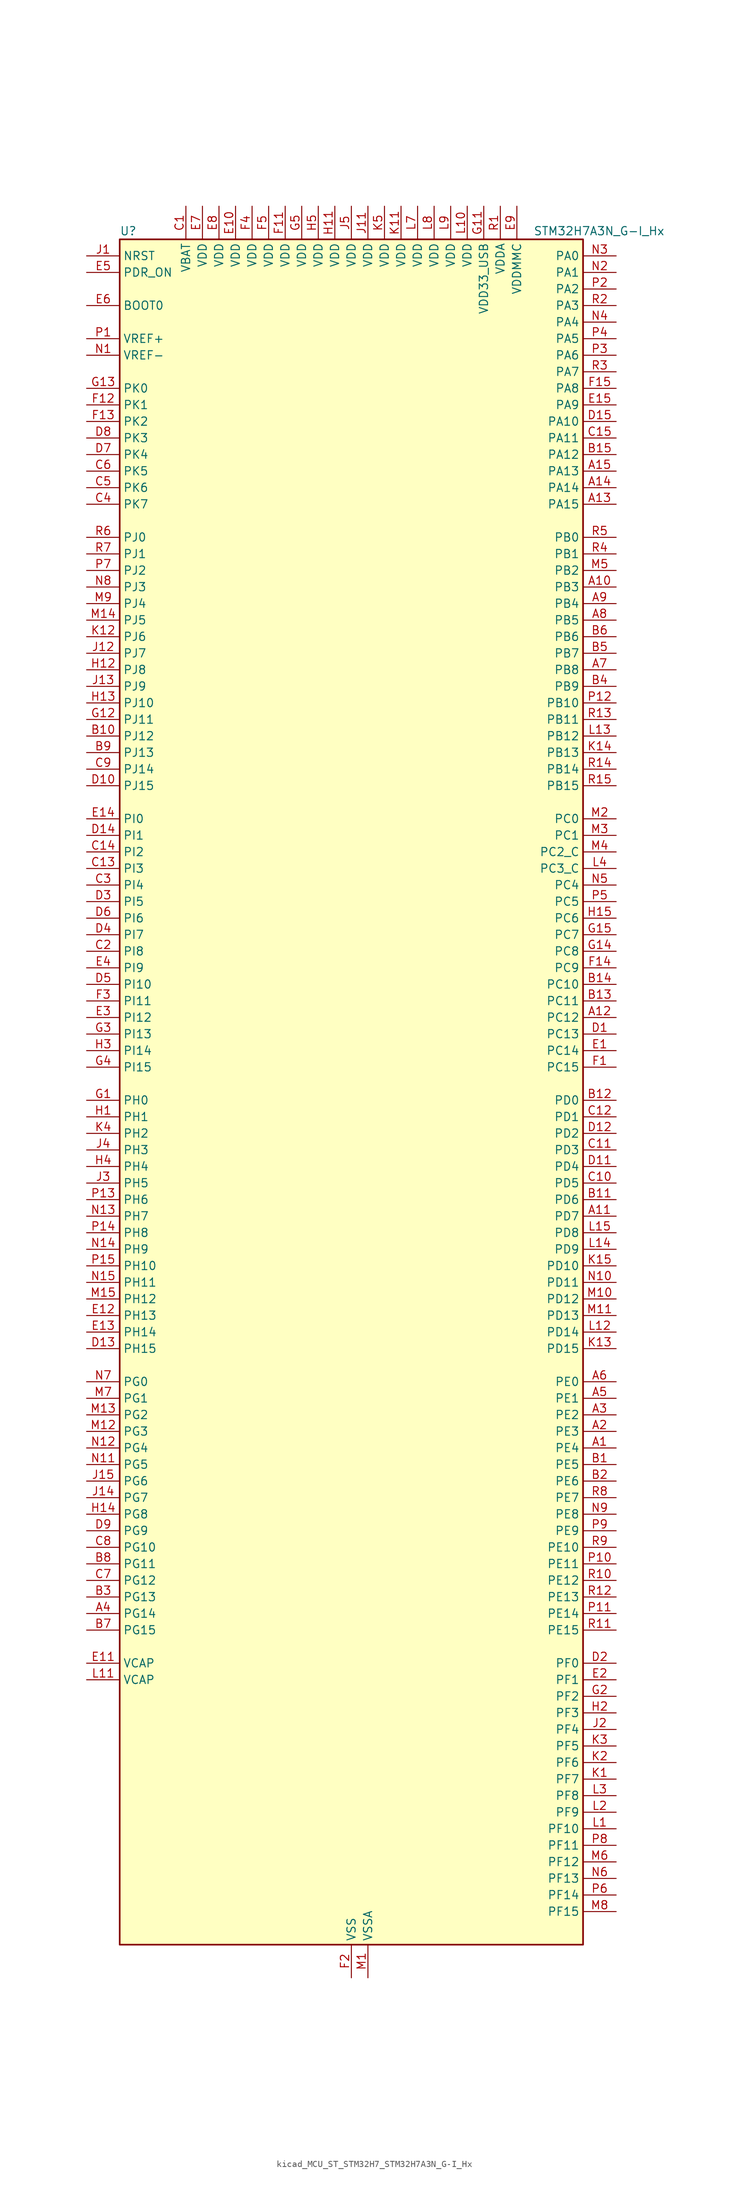
<source format=kicad_sym>
(kicad_symbol_lib
  (version 20220914)
  (generator kicad_symbol_editor)
  (symbol "kicad_MCU_ST_STM32H7_STM32H7A3N_G-I_Hx"
    (property "Reference" "U"
      (at -35.56 133.35 0)
      (effects (font (size 1.27 1.27)) (justify left)))
    (property "Value" "STM32H7A3N_G-I_Hx"
      (at 27.94 133.35 0)
      (effects (font (size 1.27 1.27)) (justify left)))
    (property "ki_locked" ""
      (at 0 0 0)
      (effects (font (size 1.27 1.27))))
    (symbol "kicad_MCU_ST_STM32H7_STM32H7A3N_G-I_Hx_0_1"
      (rectangle (start -35.56 -129.54) (end 35.56 132.08) (stroke (width 0.254) (type default)) (fill (type background))))
    (symbol "kicad_MCU_ST_STM32H7_STM32H7A3N_G-I_Hx_1_1"
      (pin bidirectional line (at 40.64 -53.34 180) (length 5.08) (name "PE4" (effects (font (size 1.27 1.27)))) (number "A1" (effects (font (size 1.27 1.27)))) (alternate "DCMI_D4" bidirectional line) (alternate "DEBUG_TRACED1" bidirectional line) (alternate "DFSDM1_DATIN3" bidirectional line) (alternate "FMC_A20" bidirectional line) (alternate "LTDC_B0" bidirectional line) (alternate "PSSI_D4" bidirectional line) (alternate "SAI1_D2" bidirectional line) (alternate "SAI1_FS_A" bidirectional line) (alternate "SPI4_NSS" bidirectional line) (alternate "TIM15_CH1N" bidirectional line))
      (pin bidirectional line (at 40.64 78.74 180) (length 5.08) (name "PB3" (effects (font (size 1.27 1.27)))) (number "A10" (effects (font (size 1.27 1.27)))) (alternate "CRS_SYNC" bidirectional line) (alternate "DEBUG_JTDO-SWO" bidirectional line) (alternate "I2S1_CK" bidirectional line) (alternate "I2S3_CK" bidirectional line) (alternate "I2S6_CK" bidirectional line) (alternate "SDMMC2_D2" bidirectional line) (alternate "SPI1_SCK" bidirectional line) (alternate "SPI3_SCK" bidirectional line) (alternate "SPI6_SCK" bidirectional line) (alternate "TIM2_CH2" bidirectional line) (alternate "UART7_RX" bidirectional line))
      (pin bidirectional line (at 40.64 -17.78 180) (length 5.08) (name "PD7" (effects (font (size 1.27 1.27)))) (number "A11" (effects (font (size 1.27 1.27)))) (alternate "DFSDM1_CKIN1" bidirectional line) (alternate "DFSDM1_DATIN4" bidirectional line) (alternate "FMC_NE1" bidirectional line) (alternate "I2S1_SDO" bidirectional line) (alternate "OCTOSPIM_P1_IO7" bidirectional line) (alternate "SDMMC2_CMD" bidirectional line) (alternate "SPDIFRX_IN0" bidirectional line) (alternate "SPI1_MOSI" bidirectional line) (alternate "USART2_CK" bidirectional line))
      (pin bidirectional line (at 40.64 12.7 180) (length 5.08) (name "PC12" (effects (font (size 1.27 1.27)))) (number "A12" (effects (font (size 1.27 1.27)))) (alternate "DCMI_D9" bidirectional line) (alternate "DEBUG_TRACED3" bidirectional line) (alternate "DFSDM2_CKOUT" bidirectional line) (alternate "I2S3_SDO" bidirectional line) (alternate "I2S6_CK" bidirectional line) (alternate "LTDC_R6" bidirectional line) (alternate "PSSI_D9" bidirectional line) (alternate "SDMMC1_CK" bidirectional line) (alternate "SPI3_MOSI" bidirectional line) (alternate "SPI6_SCK" bidirectional line) (alternate "TIM15_CH1" bidirectional line) (alternate "UART5_TX" bidirectional line) (alternate "USART3_CK" bidirectional line))
      (pin bidirectional line (at 40.64 91.44 180) (length 5.08) (name "PA15" (effects (font (size 1.27 1.27)))) (number "A13" (effects (font (size 1.27 1.27)))) (alternate "ADC1_EXTI15" bidirectional line) (alternate "ADC2_EXTI15" bidirectional line) (alternate "CEC" bidirectional line) (alternate "DEBUG_JTDI" bidirectional line) (alternate "I2S1_WS" bidirectional line) (alternate "I2S3_WS" bidirectional line) (alternate "I2S6_WS" bidirectional line) (alternate "LTDC_B6" bidirectional line) (alternate "LTDC_R3" bidirectional line) (alternate "SPI1_NSS" bidirectional line) (alternate "SPI3_NSS" bidirectional line) (alternate "SPI6_NSS" bidirectional line) (alternate "TIM2_CH1" bidirectional line) (alternate "TIM2_ETR" bidirectional line) (alternate "UART4_DE" bidirectional line) (alternate "UART4_RTS" bidirectional line) (alternate "UART7_TX" bidirectional line))
      (pin bidirectional line (at 40.64 93.98 180) (length 5.08) (name "PA14" (effects (font (size 1.27 1.27)))) (number "A14" (effects (font (size 1.27 1.27)))) (alternate "DEBUG_JTCK-SWCLK" bidirectional line))
      (pin bidirectional line (at 40.64 96.52 180) (length 5.08) (name "PA13" (effects (font (size 1.27 1.27)))) (number "A15" (effects (font (size 1.27 1.27)))) (alternate "DEBUG_JTMS-SWDIO" bidirectional line))
      (pin bidirectional line (at 40.64 -50.8 180) (length 5.08) (name "PE3" (effects (font (size 1.27 1.27)))) (number "A2" (effects (font (size 1.27 1.27)))) (alternate "DEBUG_TRACED0" bidirectional line) (alternate "FMC_A19" bidirectional line) (alternate "SAI1_SD_B" bidirectional line) (alternate "TIM15_BKIN" bidirectional line) (alternate "USART10_TX" bidirectional line))
      (pin bidirectional line (at 40.64 -48.26 180) (length 5.08) (name "PE2" (effects (font (size 1.27 1.27)))) (number "A3" (effects (font (size 1.27 1.27)))) (alternate "DEBUG_TRACECLK" bidirectional line) (alternate "FMC_A23" bidirectional line) (alternate "OCTOSPIM_P1_IO2" bidirectional line) (alternate "SAI1_CK1" bidirectional line) (alternate "SAI1_MCLK_A" bidirectional line) (alternate "SPI4_SCK" bidirectional line) (alternate "USART10_RX" bidirectional line))
      (pin bidirectional line (at -40.64 -78.74 0) (length 5.08) (name "PG14" (effects (font (size 1.27 1.27)))) (number "A4" (effects (font (size 1.27 1.27)))) (alternate "DEBUG_TRACED1" bidirectional line) (alternate "FMC_A25" bidirectional line) (alternate "I2S6_SDO" bidirectional line) (alternate "LPTIM1_ETR" bidirectional line) (alternate "LTDC_B0" bidirectional line) (alternate "OCTOSPIM_P1_IO7" bidirectional line) (alternate "SDMMC2_D7" bidirectional line) (alternate "SPI6_MOSI" bidirectional line) (alternate "USART10_DE" bidirectional line) (alternate "USART10_RTS" bidirectional line) (alternate "USART6_TX" bidirectional line))
      (pin bidirectional line (at 40.64 -45.72 180) (length 5.08) (name "PE1" (effects (font (size 1.27 1.27)))) (number "A5" (effects (font (size 1.27 1.27)))) (alternate "DCMI_D3" bidirectional line) (alternate "FMC_NBL1" bidirectional line) (alternate "LPTIM1_IN2" bidirectional line) (alternate "LTDC_R6" bidirectional line) (alternate "PSSI_D3" bidirectional line) (alternate "UART8_TX" bidirectional line))
      (pin bidirectional line (at 40.64 -43.18 180) (length 5.08) (name "PE0" (effects (font (size 1.27 1.27)))) (number "A6" (effects (font (size 1.27 1.27)))) (alternate "DCMI_D2" bidirectional line) (alternate "FMC_NBL0" bidirectional line) (alternate "LPTIM1_ETR" bidirectional line) (alternate "LPTIM2_ETR" bidirectional line) (alternate "LTDC_R0" bidirectional line) (alternate "PSSI_D2" bidirectional line) (alternate "SAI2_MCLK_A" bidirectional line) (alternate "TIM4_ETR" bidirectional line) (alternate "UART8_RX" bidirectional line))
      (pin bidirectional line (at 40.64 66.04 180) (length 5.08) (name "PB8" (effects (font (size 1.27 1.27)))) (number "A7" (effects (font (size 1.27 1.27)))) (alternate "DCMI_D6" bidirectional line) (alternate "DFSDM1_CKIN7" bidirectional line) (alternate "FDCAN1_RX" bidirectional line) (alternate "I2C1_SCL" bidirectional line) (alternate "I2C4_SCL" bidirectional line) (alternate "LTDC_B6" bidirectional line) (alternate "PSSI_D6" bidirectional line) (alternate "SDMMC1_CKIN" bidirectional line) (alternate "SDMMC1_D4" bidirectional line) (alternate "SDMMC2_D4" bidirectional line) (alternate "TIM16_CH1" bidirectional line) (alternate "TIM4_CH3" bidirectional line) (alternate "UART4_RX" bidirectional line))
      (pin bidirectional line (at 40.64 73.66 180) (length 5.08) (name "PB5" (effects (font (size 1.27 1.27)))) (number "A8" (effects (font (size 1.27 1.27)))) (alternate "DCMI_D10" bidirectional line) (alternate "FDCAN2_RX" bidirectional line) (alternate "FMC_SDCKE1" bidirectional line) (alternate "I2C1_SMBA" bidirectional line) (alternate "I2C4_SMBA" bidirectional line) (alternate "I2S1_SDO" bidirectional line) (alternate "I2S3_SDO" bidirectional line) (alternate "I2S6_SDO" bidirectional line) (alternate "LTDC_B5" bidirectional line) (alternate "PSSI_D10" bidirectional line) (alternate "SPI1_MOSI" bidirectional line) (alternate "SPI3_MOSI" bidirectional line) (alternate "SPI6_MOSI" bidirectional line) (alternate "TIM17_BKIN" bidirectional line) (alternate "TIM3_CH2" bidirectional line) (alternate "UART5_RX" bidirectional line) (alternate "USB_OTG_HS_ULPI_D7" bidirectional line))
      (pin bidirectional line (at 40.64 76.2 180) (length 5.08) (name "PB4" (effects (font (size 1.27 1.27)))) (number "A9" (effects (font (size 1.27 1.27)))) (alternate "DEBUG_JTRST" bidirectional line) (alternate "I2S1_SDI" bidirectional line) (alternate "I2S2_WS" bidirectional line) (alternate "I2S3_SDI" bidirectional line) (alternate "I2S6_SDI" bidirectional line) (alternate "SDMMC2_D3" bidirectional line) (alternate "SPI1_MISO" bidirectional line) (alternate "SPI2_NSS" bidirectional line) (alternate "SPI3_MISO" bidirectional line) (alternate "SPI6_MISO" bidirectional line) (alternate "TIM16_BKIN" bidirectional line) (alternate "TIM3_CH1" bidirectional line) (alternate "UART7_TX" bidirectional line))
      (pin bidirectional line (at 40.64 -55.88 180) (length 5.08) (name "PE5" (effects (font (size 1.27 1.27)))) (number "B1" (effects (font (size 1.27 1.27)))) (alternate "DCMI_D6" bidirectional line) (alternate "DEBUG_TRACED2" bidirectional line) (alternate "DFSDM1_CKIN3" bidirectional line) (alternate "FMC_A21" bidirectional line) (alternate "LTDC_G0" bidirectional line) (alternate "PSSI_D6" bidirectional line) (alternate "SAI1_CK2" bidirectional line) (alternate "SAI1_SCK_A" bidirectional line) (alternate "SPI4_MISO" bidirectional line) (alternate "TIM15_CH1" bidirectional line))
      (pin bidirectional line (at -40.64 55.88 0) (length 5.08) (name "PJ12" (effects (font (size 1.27 1.27)))) (number "B10" (effects (font (size 1.27 1.27)))) (alternate "DEBUG_TRGOUT" bidirectional line) (alternate "LTDC_B0" bidirectional line) (alternate "LTDC_G3" bidirectional line))
      (pin bidirectional line (at 40.64 -15.24 180) (length 5.08) (name "PD6" (effects (font (size 1.27 1.27)))) (number "B11" (effects (font (size 1.27 1.27)))) (alternate "DCMI_D10" bidirectional line) (alternate "DFSDM1_CKIN4" bidirectional line) (alternate "DFSDM1_DATIN1" bidirectional line) (alternate "FMC_NWAIT" bidirectional line) (alternate "I2S3_SDO" bidirectional line) (alternate "LTDC_B2" bidirectional line) (alternate "OCTOSPIM_P1_IO6" bidirectional line) (alternate "PSSI_D10" bidirectional line) (alternate "SAI1_D1" bidirectional line) (alternate "SAI1_SD_A" bidirectional line) (alternate "SDMMC2_CK" bidirectional line) (alternate "SPI3_MOSI" bidirectional line) (alternate "USART2_RX" bidirectional line))
      (pin bidirectional line (at 40.64 0 180) (length 5.08) (name "PD0" (effects (font (size 1.27 1.27)))) (number "B12" (effects (font (size 1.27 1.27)))) (alternate "DFSDM1_CKIN6" bidirectional line) (alternate "FDCAN1_RX" bidirectional line) (alternate "FMC_D2" bidirectional line) (alternate "FMC_DA2" bidirectional line) (alternate "LTDC_B1" bidirectional line) (alternate "UART4_RX" bidirectional line) (alternate "UART9_CTS" bidirectional line))
      (pin bidirectional line (at 40.64 15.24 180) (length 5.08) (name "PC11" (effects (font (size 1.27 1.27)))) (number "B13" (effects (font (size 1.27 1.27)))) (alternate "ADC1_EXTI11" bidirectional line) (alternate "ADC2_EXTI11" bidirectional line) (alternate "DCMI_D4" bidirectional line) (alternate "DFSDM1_DATIN5" bidirectional line) (alternate "DFSDM2_DATIN0" bidirectional line) (alternate "I2S3_SDI" bidirectional line) (alternate "LTDC_B4" bidirectional line) (alternate "OCTOSPIM_P1_NCS" bidirectional line) (alternate "PSSI_D4" bidirectional line) (alternate "SDMMC1_D3" bidirectional line) (alternate "SPI3_MISO" bidirectional line) (alternate "UART4_RX" bidirectional line) (alternate "USART3_RX" bidirectional line))
      (pin bidirectional line (at 40.64 17.78 180) (length 5.08) (name "PC10" (effects (font (size 1.27 1.27)))) (number "B14" (effects (font (size 1.27 1.27)))) (alternate "DCMI_D8" bidirectional line) (alternate "DFSDM1_CKIN5" bidirectional line) (alternate "DFSDM2_CKIN0" bidirectional line) (alternate "I2S3_CK" bidirectional line) (alternate "LTDC_B1" bidirectional line) (alternate "LTDC_R2" bidirectional line) (alternate "OCTOSPIM_P1_IO1" bidirectional line) (alternate "PSSI_D8" bidirectional line) (alternate "SDMMC1_D2" bidirectional line) (alternate "SPI3_SCK" bidirectional line) (alternate "SWPMI1_RX" bidirectional line) (alternate "UART4_TX" bidirectional line) (alternate "USART3_TX" bidirectional line))
      (pin bidirectional line (at 40.64 99.06 180) (length 5.08) (name "PA12" (effects (font (size 1.27 1.27)))) (number "B15" (effects (font (size 1.27 1.27)))) (alternate "FDCAN1_TX" bidirectional line) (alternate "I2S2_CK" bidirectional line) (alternate "LPUART1_DE" bidirectional line) (alternate "LPUART1_RTS" bidirectional line) (alternate "LTDC_R5" bidirectional line) (alternate "SAI2_FS_B" bidirectional line) (alternate "SPI2_SCK" bidirectional line) (alternate "TIM1_ETR" bidirectional line) (alternate "UART4_TX" bidirectional line) (alternate "USART1_DE" bidirectional line) (alternate "USART1_RTS" bidirectional line) (alternate "USB_OTG_HS_DP" bidirectional line))
      (pin bidirectional line (at 40.64 -58.42 180) (length 5.08) (name "PE6" (effects (font (size 1.27 1.27)))) (number "B2" (effects (font (size 1.27 1.27)))) (alternate "DCMI_D7" bidirectional line) (alternate "DEBUG_TRACED3" bidirectional line) (alternate "FMC_A22" bidirectional line) (alternate "LTDC_G1" bidirectional line) (alternate "PSSI_D7" bidirectional line) (alternate "SAI1_D1" bidirectional line) (alternate "SAI1_SD_A" bidirectional line) (alternate "SAI2_MCLK_B" bidirectional line) (alternate "SPI4_MOSI" bidirectional line) (alternate "TIM15_CH2" bidirectional line) (alternate "TIM1_BKIN2" bidirectional line) (alternate "TIM1_BKIN2_COMP1" bidirectional line) (alternate "TIM1_BKIN2_COMP2" bidirectional line))
      (pin bidirectional line (at -40.64 -76.2 0) (length 5.08) (name "PG13" (effects (font (size 1.27 1.27)))) (number "B3" (effects (font (size 1.27 1.27)))) (alternate "DEBUG_TRACED0" bidirectional line) (alternate "FMC_A24" bidirectional line) (alternate "I2S6_CK" bidirectional line) (alternate "LPTIM1_OUT" bidirectional line) (alternate "LTDC_R0" bidirectional line) (alternate "SDMMC2_D6" bidirectional line) (alternate "SPI6_SCK" bidirectional line) (alternate "USART10_CTS" bidirectional line) (alternate "USART10_NSS" bidirectional line) (alternate "USART6_CTS" bidirectional line) (alternate "USART6_NSS" bidirectional line))
      (pin bidirectional line (at 40.64 63.5 180) (length 5.08) (name "PB9" (effects (font (size 1.27 1.27)))) (number "B4" (effects (font (size 1.27 1.27)))) (alternate "DAC1_EXTI9" bidirectional line) (alternate "DCMI_D7" bidirectional line) (alternate "DFSDM1_DATIN7" bidirectional line) (alternate "FDCAN1_TX" bidirectional line) (alternate "I2C1_SDA" bidirectional line) (alternate "I2C4_SDA" bidirectional line) (alternate "I2C4_SMBA" bidirectional line) (alternate "I2S2_WS" bidirectional line) (alternate "LTDC_B7" bidirectional line) (alternate "PSSI_D7" bidirectional line) (alternate "SDMMC1_CDIR" bidirectional line) (alternate "SDMMC1_D5" bidirectional line) (alternate "SDMMC2_D5" bidirectional line) (alternate "SPI2_NSS" bidirectional line) (alternate "TIM17_CH1" bidirectional line) (alternate "TIM4_CH4" bidirectional line) (alternate "UART4_TX" bidirectional line))
      (pin bidirectional line (at 40.64 68.58 180) (length 5.08) (name "PB7" (effects (font (size 1.27 1.27)))) (number "B5" (effects (font (size 1.27 1.27)))) (alternate "DCMI_VSYNC" bidirectional line) (alternate "DFSDM1_CKIN5" bidirectional line) (alternate "FMC_NL" bidirectional line) (alternate "I2C1_SDA" bidirectional line) (alternate "I2C4_SDA" bidirectional line) (alternate "LPUART1_RX" bidirectional line) (alternate "PSSI_RDY" bidirectional line) (alternate "PWR_PVD_IN" bidirectional line) (alternate "TIM17_CH1N" bidirectional line) (alternate "TIM4_CH2" bidirectional line) (alternate "USART1_RX" bidirectional line))
      (pin bidirectional line (at 40.64 71.12 180) (length 5.08) (name "PB6" (effects (font (size 1.27 1.27)))) (number "B6" (effects (font (size 1.27 1.27)))) (alternate "CEC" bidirectional line) (alternate "DCMI_D5" bidirectional line) (alternate "DFSDM1_DATIN5" bidirectional line) (alternate "FDCAN2_TX" bidirectional line) (alternate "FMC_SDNE1" bidirectional line) (alternate "I2C1_SCL" bidirectional line) (alternate "I2C4_SCL" bidirectional line) (alternate "LPUART1_TX" bidirectional line) (alternate "OCTOSPIM_P1_NCS" bidirectional line) (alternate "PSSI_D5" bidirectional line) (alternate "TIM16_CH1N" bidirectional line) (alternate "TIM4_CH1" bidirectional line) (alternate "UART5_TX" bidirectional line) (alternate "USART1_TX" bidirectional line))
      (pin bidirectional line (at -40.64 -81.28 0) (length 5.08) (name "PG15" (effects (font (size 1.27 1.27)))) (number "B7" (effects (font (size 1.27 1.27)))) (alternate "ADC1_EXTI15" bidirectional line) (alternate "ADC2_EXTI15" bidirectional line) (alternate "DCMI_D13" bidirectional line) (alternate "FMC_SDNCAS" bidirectional line) (alternate "OCTOSPIM_P2_DQS" bidirectional line) (alternate "PSSI_D13" bidirectional line) (alternate "USART10_CK" bidirectional line) (alternate "USART6_CTS" bidirectional line) (alternate "USART6_NSS" bidirectional line))
      (pin bidirectional line (at -40.64 -71.12 0) (length 5.08) (name "PG11" (effects (font (size 1.27 1.27)))) (number "B8" (effects (font (size 1.27 1.27)))) (alternate "ADC1_EXTI11" bidirectional line) (alternate "ADC2_EXTI11" bidirectional line) (alternate "DCMI_D3" bidirectional line) (alternate "I2S1_CK" bidirectional line) (alternate "LPTIM1_IN2" bidirectional line) (alternate "LTDC_B3" bidirectional line) (alternate "OCTOSPIM_P2_IO7" bidirectional line) (alternate "PSSI_D3" bidirectional line) (alternate "SDMMC2_D2" bidirectional line) (alternate "SPDIFRX_IN0" bidirectional line) (alternate "SPI1_SCK" bidirectional line) (alternate "USART10_RX" bidirectional line))
      (pin bidirectional line (at -40.64 53.34 0) (length 5.08) (name "PJ13" (effects (font (size 1.27 1.27)))) (number "B9" (effects (font (size 1.27 1.27)))) (alternate "LTDC_B1" bidirectional line) (alternate "LTDC_B4" bidirectional line))
      (pin power_in line (at -25.4 137.16 270) (length 5.08) (name "VBAT" (effects (font (size 1.27 1.27)))) (number "C1" (effects (font (size 1.27 1.27)))))
      (pin bidirectional line (at 40.64 -12.7 180) (length 5.08) (name "PD5" (effects (font (size 1.27 1.27)))) (number "C10" (effects (font (size 1.27 1.27)))) (alternate "FMC_NWE" bidirectional line) (alternate "OCTOSPIM_P1_IO5" bidirectional line) (alternate "USART2_TX" bidirectional line))
      (pin bidirectional line (at 40.64 -7.62 180) (length 5.08) (name "PD3" (effects (font (size 1.27 1.27)))) (number "C11" (effects (font (size 1.27 1.27)))) (alternate "DCMI_D5" bidirectional line) (alternate "DFSDM1_CKOUT" bidirectional line) (alternate "FMC_CLK" bidirectional line) (alternate "I2S2_CK" bidirectional line) (alternate "LTDC_G7" bidirectional line) (alternate "PSSI_D5" bidirectional line) (alternate "SPI2_SCK" bidirectional line) (alternate "USART2_CTS" bidirectional line) (alternate "USART2_NSS" bidirectional line))
      (pin bidirectional line (at 40.64 -2.54 180) (length 5.08) (name "PD1" (effects (font (size 1.27 1.27)))) (number "C12" (effects (font (size 1.27 1.27)))) (alternate "DFSDM1_DATIN6" bidirectional line) (alternate "FDCAN1_TX" bidirectional line) (alternate "FMC_D3" bidirectional line) (alternate "FMC_DA3" bidirectional line) (alternate "UART4_TX" bidirectional line))
      (pin bidirectional line (at -40.64 35.56 0) (length 5.08) (name "PI3" (effects (font (size 1.27 1.27)))) (number "C13" (effects (font (size 1.27 1.27)))) (alternate "DCMI_D10" bidirectional line) (alternate "FMC_D27" bidirectional line) (alternate "I2S2_SDO" bidirectional line) (alternate "PSSI_D10" bidirectional line) (alternate "SPI2_MOSI" bidirectional line) (alternate "TIM8_ETR" bidirectional line))
      (pin bidirectional line (at -40.64 38.1 0) (length 5.08) (name "PI2" (effects (font (size 1.27 1.27)))) (number "C14" (effects (font (size 1.27 1.27)))) (alternate "DCMI_D9" bidirectional line) (alternate "FMC_D26" bidirectional line) (alternate "I2S2_SDI" bidirectional line) (alternate "LTDC_G7" bidirectional line) (alternate "PSSI_D9" bidirectional line) (alternate "SPI2_MISO" bidirectional line) (alternate "TIM8_CH4" bidirectional line))
      (pin bidirectional line (at 40.64 101.6 180) (length 5.08) (name "PA11" (effects (font (size 1.27 1.27)))) (number "C15" (effects (font (size 1.27 1.27)))) (alternate "ADC1_EXTI11" bidirectional line) (alternate "ADC2_EXTI11" bidirectional line) (alternate "FDCAN1_RX" bidirectional line) (alternate "I2S2_WS" bidirectional line) (alternate "LPUART1_CTS" bidirectional line) (alternate "LTDC_R4" bidirectional line) (alternate "SPI2_NSS" bidirectional line) (alternate "TIM1_CH4" bidirectional line) (alternate "UART4_RX" bidirectional line) (alternate "USART1_CTS" bidirectional line) (alternate "USART1_NSS" bidirectional line) (alternate "USB_OTG_HS_DM" bidirectional line))
      (pin bidirectional line (at -40.64 22.86 0) (length 5.08) (name "PI8" (effects (font (size 1.27 1.27)))) (number "C2" (effects (font (size 1.27 1.27)))) (alternate "PWR_WKUP3" bidirectional line) (alternate "RTC_OUT_ALARM" bidirectional line) (alternate "RTC_TAMP2" bidirectional line))
      (pin bidirectional line (at -40.64 33.02 0) (length 5.08) (name "PI4" (effects (font (size 1.27 1.27)))) (number "C3" (effects (font (size 1.27 1.27)))) (alternate "DCMI_D5" bidirectional line) (alternate "FMC_NBL2" bidirectional line) (alternate "LTDC_B4" bidirectional line) (alternate "PSSI_D5" bidirectional line) (alternate "SAI2_MCLK_A" bidirectional line) (alternate "TIM8_BKIN" bidirectional line) (alternate "TIM8_BKIN_COMP1" bidirectional line) (alternate "TIM8_BKIN_COMP2" bidirectional line))
      (pin bidirectional line (at -40.64 91.44 0) (length 5.08) (name "PK7" (effects (font (size 1.27 1.27)))) (number "C4" (effects (font (size 1.27 1.27)))) (alternate "LTDC_DE" bidirectional line))
      (pin bidirectional line (at -40.64 93.98 0) (length 5.08) (name "PK6" (effects (font (size 1.27 1.27)))) (number "C5" (effects (font (size 1.27 1.27)))) (alternate "LTDC_B7" bidirectional line) (alternate "OCTOSPIM_P2_DQS" bidirectional line))
      (pin bidirectional line (at -40.64 96.52 0) (length 5.08) (name "PK5" (effects (font (size 1.27 1.27)))) (number "C6" (effects (font (size 1.27 1.27)))) (alternate "LTDC_B6" bidirectional line) (alternate "OCTOSPIM_P2_NCS" bidirectional line))
      (pin bidirectional line (at -40.64 -73.66 0) (length 5.08) (name "PG12" (effects (font (size 1.27 1.27)))) (number "C7" (effects (font (size 1.27 1.27)))) (alternate "FMC_NE4" bidirectional line) (alternate "I2S6_SDI" bidirectional line) (alternate "LPTIM1_IN1" bidirectional line) (alternate "LTDC_B1" bidirectional line) (alternate "LTDC_B4" bidirectional line) (alternate "OCTOSPIM_P2_NCS" bidirectional line) (alternate "SDMMC2_D3" bidirectional line) (alternate "SPDIFRX_IN1" bidirectional line) (alternate "SPI6_MISO" bidirectional line) (alternate "USART10_TX" bidirectional line) (alternate "USART6_DE" bidirectional line) (alternate "USART6_RTS" bidirectional line))
      (pin bidirectional line (at -40.64 -68.58 0) (length 5.08) (name "PG10" (effects (font (size 1.27 1.27)))) (number "C8" (effects (font (size 1.27 1.27)))) (alternate "DCMI_D2" bidirectional line) (alternate "FMC_NE3" bidirectional line) (alternate "I2S1_WS" bidirectional line) (alternate "LTDC_B2" bidirectional line) (alternate "LTDC_G3" bidirectional line) (alternate "OCTOSPIM_P2_IO6" bidirectional line) (alternate "PSSI_D2" bidirectional line) (alternate "SAI2_SD_B" bidirectional line) (alternate "SDMMC2_D1" bidirectional line) (alternate "SPI1_NSS" bidirectional line))
      (pin bidirectional line (at -40.64 50.8 0) (length 5.08) (name "PJ14" (effects (font (size 1.27 1.27)))) (number "C9" (effects (font (size 1.27 1.27)))) (alternate "LTDC_B2" bidirectional line))
      (pin bidirectional line (at 40.64 10.16 180) (length 5.08) (name "PC13" (effects (font (size 1.27 1.27)))) (number "D1" (effects (font (size 1.27 1.27)))) (alternate "PWR_WKUP4" bidirectional line) (alternate "RTC_OUT_ALARM" bidirectional line) (alternate "RTC_OUT_CALIB" bidirectional line) (alternate "RTC_TAMP1" bidirectional line) (alternate "RTC_TS" bidirectional line))
      (pin bidirectional line (at -40.64 48.26 0) (length 5.08) (name "PJ15" (effects (font (size 1.27 1.27)))) (number "D10" (effects (font (size 1.27 1.27)))) (alternate "ADC1_EXTI15" bidirectional line) (alternate "ADC2_EXTI15" bidirectional line) (alternate "LTDC_B3" bidirectional line))
      (pin bidirectional line (at 40.64 -10.16 180) (length 5.08) (name "PD4" (effects (font (size 1.27 1.27)))) (number "D11" (effects (font (size 1.27 1.27)))) (alternate "FMC_NOE" bidirectional line) (alternate "OCTOSPIM_P1_IO4" bidirectional line) (alternate "USART2_DE" bidirectional line) (alternate "USART2_RTS" bidirectional line))
      (pin bidirectional line (at 40.64 -5.08 180) (length 5.08) (name "PD2" (effects (font (size 1.27 1.27)))) (number "D12" (effects (font (size 1.27 1.27)))) (alternate "DCMI_D11" bidirectional line) (alternate "DEBUG_TRACED2" bidirectional line) (alternate "LTDC_B2" bidirectional line) (alternate "LTDC_B7" bidirectional line) (alternate "PSSI_D11" bidirectional line) (alternate "SDMMC1_CMD" bidirectional line) (alternate "TIM15_BKIN" bidirectional line) (alternate "TIM3_ETR" bidirectional line) (alternate "UART5_RX" bidirectional line))
      (pin bidirectional line (at -40.64 -38.1 0) (length 5.08) (name "PH15" (effects (font (size 1.27 1.27)))) (number "D13" (effects (font (size 1.27 1.27)))) (alternate "ADC1_EXTI15" bidirectional line) (alternate "ADC2_EXTI15" bidirectional line) (alternate "DCMI_D11" bidirectional line) (alternate "FMC_D23" bidirectional line) (alternate "LTDC_G4" bidirectional line) (alternate "PSSI_D11" bidirectional line) (alternate "TIM8_CH3N" bidirectional line))
      (pin bidirectional line (at -40.64 40.64 0) (length 5.08) (name "PI1" (effects (font (size 1.27 1.27)))) (number "D14" (effects (font (size 1.27 1.27)))) (alternate "DCMI_D8" bidirectional line) (alternate "FMC_D25" bidirectional line) (alternate "I2S2_CK" bidirectional line) (alternate "LTDC_G6" bidirectional line) (alternate "PSSI_D8" bidirectional line) (alternate "SPI2_SCK" bidirectional line) (alternate "TIM8_BKIN2" bidirectional line) (alternate "TIM8_BKIN2_COMP1" bidirectional line) (alternate "TIM8_BKIN2_COMP2" bidirectional line))
      (pin bidirectional line (at 40.64 104.14 180) (length 5.08) (name "PA10" (effects (font (size 1.27 1.27)))) (number "D15" (effects (font (size 1.27 1.27)))) (alternate "DCMI_D1" bidirectional line) (alternate "LPUART1_RX" bidirectional line) (alternate "LTDC_B1" bidirectional line) (alternate "LTDC_B4" bidirectional line) (alternate "MDIOS_MDIO" bidirectional line) (alternate "PSSI_D1" bidirectional line) (alternate "TIM1_CH3" bidirectional line) (alternate "USART1_RX" bidirectional line) (alternate "USB_OTG_HS_ID" bidirectional line))
      (pin bidirectional line (at 40.64 -86.36 180) (length 5.08) (name "PF0" (effects (font (size 1.27 1.27)))) (number "D2" (effects (font (size 1.27 1.27)))) (alternate "FMC_A0" bidirectional line) (alternate "I2C2_SDA" bidirectional line) (alternate "OCTOSPIM_P2_IO0" bidirectional line))
      (pin bidirectional line (at -40.64 30.48 0) (length 5.08) (name "PI5" (effects (font (size 1.27 1.27)))) (number "D3" (effects (font (size 1.27 1.27)))) (alternate "DCMI_VSYNC" bidirectional line) (alternate "FMC_NBL3" bidirectional line) (alternate "LTDC_B5" bidirectional line) (alternate "PSSI_RDY" bidirectional line) (alternate "SAI2_SCK_A" bidirectional line) (alternate "TIM8_CH1" bidirectional line))
      (pin bidirectional line (at -40.64 25.4 0) (length 5.08) (name "PI7" (effects (font (size 1.27 1.27)))) (number "D4" (effects (font (size 1.27 1.27)))) (alternate "DCMI_D7" bidirectional line) (alternate "FMC_D29" bidirectional line) (alternate "LTDC_B7" bidirectional line) (alternate "PSSI_D7" bidirectional line) (alternate "SAI2_FS_A" bidirectional line) (alternate "TIM8_CH3" bidirectional line))
      (pin bidirectional line (at -40.64 17.78 0) (length 5.08) (name "PI10" (effects (font (size 1.27 1.27)))) (number "D5" (effects (font (size 1.27 1.27)))) (alternate "FMC_D31" bidirectional line) (alternate "LTDC_HSYNC" bidirectional line) (alternate "OCTOSPIM_P2_IO1" bidirectional line) (alternate "PSSI_D14" bidirectional line))
      (pin bidirectional line (at -40.64 27.94 0) (length 5.08) (name "PI6" (effects (font (size 1.27 1.27)))) (number "D6" (effects (font (size 1.27 1.27)))) (alternate "DCMI_D6" bidirectional line) (alternate "FMC_D28" bidirectional line) (alternate "LTDC_B6" bidirectional line) (alternate "PSSI_D6" bidirectional line) (alternate "SAI2_SD_A" bidirectional line) (alternate "TIM8_CH2" bidirectional line))
      (pin bidirectional line (at -40.64 99.06 0) (length 5.08) (name "PK4" (effects (font (size 1.27 1.27)))) (number "D7" (effects (font (size 1.27 1.27)))) (alternate "LTDC_B5" bidirectional line) (alternate "OCTOSPIM_P2_IO7" bidirectional line))
      (pin bidirectional line (at -40.64 101.6 0) (length 5.08) (name "PK3" (effects (font (size 1.27 1.27)))) (number "D8" (effects (font (size 1.27 1.27)))) (alternate "LTDC_B4" bidirectional line) (alternate "OCTOSPIM_P2_IO6" bidirectional line))
      (pin bidirectional line (at -40.64 -66.04 0) (length 5.08) (name "PG9" (effects (font (size 1.27 1.27)))) (number "D9" (effects (font (size 1.27 1.27)))) (alternate "DAC1_EXTI9" bidirectional line) (alternate "DCMI_VSYNC" bidirectional line) (alternate "FMC_NCE" bidirectional line) (alternate "FMC_NE2" bidirectional line) (alternate "I2S1_SDI" bidirectional line) (alternate "OCTOSPIM_P1_IO6" bidirectional line) (alternate "PSSI_RDY" bidirectional line) (alternate "SAI2_FS_B" bidirectional line) (alternate "SDMMC2_D0" bidirectional line) (alternate "SPDIFRX_IN3" bidirectional line) (alternate "SPI1_MISO" bidirectional line) (alternate "USART6_RX" bidirectional line))
      (pin bidirectional line (at 40.64 7.62 180) (length 5.08) (name "PC14" (effects (font (size 1.27 1.27)))) (number "E1" (effects (font (size 1.27 1.27)))) (alternate "RCC_OSC32_IN" bidirectional line))
      (pin power_in line (at -17.78 137.16 270) (length 5.08) (name "VDD" (effects (font (size 1.27 1.27)))) (number "E10" (effects (font (size 1.27 1.27)))))
      (pin power_out line (at -40.64 -86.36 0) (length 5.08) (name "VCAP" (effects (font (size 1.27 1.27)))) (number "E11" (effects (font (size 1.27 1.27)))))
      (pin bidirectional line (at -40.64 -33.02 0) (length 5.08) (name "PH13" (effects (font (size 1.27 1.27)))) (number "E12" (effects (font (size 1.27 1.27)))) (alternate "FDCAN1_TX" bidirectional line) (alternate "FMC_D21" bidirectional line) (alternate "LTDC_G2" bidirectional line) (alternate "TIM8_CH1N" bidirectional line) (alternate "UART4_TX" bidirectional line))
      (pin bidirectional line (at -40.64 -35.56 0) (length 5.08) (name "PH14" (effects (font (size 1.27 1.27)))) (number "E13" (effects (font (size 1.27 1.27)))) (alternate "DCMI_D4" bidirectional line) (alternate "FDCAN1_RX" bidirectional line) (alternate "FMC_D22" bidirectional line) (alternate "LTDC_G3" bidirectional line) (alternate "PSSI_D4" bidirectional line) (alternate "TIM8_CH2N" bidirectional line) (alternate "UART4_RX" bidirectional line))
      (pin bidirectional line (at -40.64 43.18 0) (length 5.08) (name "PI0" (effects (font (size 1.27 1.27)))) (number "E14" (effects (font (size 1.27 1.27)))) (alternate "DCMI_D13" bidirectional line) (alternate "FMC_D24" bidirectional line) (alternate "I2S2_WS" bidirectional line) (alternate "LTDC_G5" bidirectional line) (alternate "PSSI_D13" bidirectional line) (alternate "SPI2_NSS" bidirectional line) (alternate "TIM5_CH4" bidirectional line))
      (pin bidirectional line (at 40.64 106.68 180) (length 5.08) (name "PA9" (effects (font (size 1.27 1.27)))) (number "E15" (effects (font (size 1.27 1.27)))) (alternate "DAC1_EXTI9" bidirectional line) (alternate "DCMI_D0" bidirectional line) (alternate "I2C3_SMBA" bidirectional line) (alternate "I2S2_CK" bidirectional line) (alternate "LPUART1_TX" bidirectional line) (alternate "LTDC_R5" bidirectional line) (alternate "PSSI_D0" bidirectional line) (alternate "SPI2_SCK" bidirectional line) (alternate "TIM1_CH2" bidirectional line) (alternate "USART1_TX" bidirectional line) (alternate "USB_OTG_HS_VBUS" bidirectional line))
      (pin bidirectional line (at 40.64 -88.9 180) (length 5.08) (name "PF1" (effects (font (size 1.27 1.27)))) (number "E2" (effects (font (size 1.27 1.27)))) (alternate "FMC_A1" bidirectional line) (alternate "I2C2_SCL" bidirectional line) (alternate "OCTOSPIM_P2_IO1" bidirectional line))
      (pin bidirectional line (at -40.64 12.7 0) (length 5.08) (name "PI12" (effects (font (size 1.27 1.27)))) (number "E3" (effects (font (size 1.27 1.27)))) (alternate "LTDC_HSYNC" bidirectional line) (alternate "OCTOSPIM_P2_IO3" bidirectional line))
      (pin bidirectional line (at -40.64 20.32 0) (length 5.08) (name "PI9" (effects (font (size 1.27 1.27)))) (number "E4" (effects (font (size 1.27 1.27)))) (alternate "DAC1_EXTI9" bidirectional line) (alternate "FDCAN1_RX" bidirectional line) (alternate "FMC_D30" bidirectional line) (alternate "LTDC_VSYNC" bidirectional line) (alternate "OCTOSPIM_P2_IO0" bidirectional line) (alternate "UART4_RX" bidirectional line))
      (pin input line (at -40.64 127 0) (length 5.08) (name "PDR_ON" (effects (font (size 1.27 1.27)))) (number "E5" (effects (font (size 1.27 1.27)))))
      (pin input line (at -40.64 121.92 0) (length 5.08) (name "BOOT0" (effects (font (size 1.27 1.27)))) (number "E6" (effects (font (size 1.27 1.27)))))
      (pin power_in line (at -22.86 137.16 270) (length 5.08) (name "VDD" (effects (font (size 1.27 1.27)))) (number "E7" (effects (font (size 1.27 1.27)))))
      (pin power_in line (at -20.32 137.16 270) (length 5.08) (name "VDD" (effects (font (size 1.27 1.27)))) (number "E8" (effects (font (size 1.27 1.27)))))
      (pin power_in line (at 25.4 137.16 270) (length 5.08) (name "VDDMMC" (effects (font (size 1.27 1.27)))) (number "E9" (effects (font (size 1.27 1.27)))))
      (pin bidirectional line (at 40.64 5.08 180) (length 5.08) (name "PC15" (effects (font (size 1.27 1.27)))) (number "F1" (effects (font (size 1.27 1.27)))) (alternate "ADC1_EXTI15" bidirectional line) (alternate "ADC2_EXTI15" bidirectional line) (alternate "RCC_OSC32_OUT" bidirectional line))
      (pin passive line (at 0 -134.62 90) (length 5.08) hide (name "VSS" (effects (font (size 1.27 1.27)))) (number "F10" (effects (font (size 1.27 1.27)))))
      (pin power_in line (at -10.16 137.16 270) (length 5.08) (name "VDD" (effects (font (size 1.27 1.27)))) (number "F11" (effects (font (size 1.27 1.27)))))
      (pin bidirectional line (at -40.64 106.68 0) (length 5.08) (name "PK1" (effects (font (size 1.27 1.27)))) (number "F12" (effects (font (size 1.27 1.27)))) (alternate "LTDC_G6" bidirectional line) (alternate "SPI5_NSS" bidirectional line) (alternate "TIM1_CH1" bidirectional line) (alternate "TIM8_CH3N" bidirectional line))
      (pin bidirectional line (at -40.64 104.14 0) (length 5.08) (name "PK2" (effects (font (size 1.27 1.27)))) (number "F13" (effects (font (size 1.27 1.27)))) (alternate "LTDC_G7" bidirectional line) (alternate "TIM1_BKIN" bidirectional line) (alternate "TIM1_BKIN_COMP1" bidirectional line) (alternate "TIM1_BKIN_COMP2" bidirectional line) (alternate "TIM8_BKIN" bidirectional line) (alternate "TIM8_BKIN_COMP1" bidirectional line) (alternate "TIM8_BKIN_COMP2" bidirectional line))
      (pin bidirectional line (at 40.64 20.32 180) (length 5.08) (name "PC9" (effects (font (size 1.27 1.27)))) (number "F14" (effects (font (size 1.27 1.27)))) (alternate "DAC1_EXTI9" bidirectional line) (alternate "DCMI_D3" bidirectional line) (alternate "I2C3_SDA" bidirectional line) (alternate "I2S_CKIN" bidirectional line) (alternate "LTDC_B2" bidirectional line) (alternate "LTDC_G3" bidirectional line) (alternate "OCTOSPIM_P1_IO0" bidirectional line) (alternate "PSSI_D3" bidirectional line) (alternate "RCC_MCO_2" bidirectional line) (alternate "SDMMC1_D1" bidirectional line) (alternate "SWPMI1_SUSPEND" bidirectional line) (alternate "TIM3_CH4" bidirectional line) (alternate "TIM8_CH4" bidirectional line) (alternate "UART5_CTS" bidirectional line))
      (pin bidirectional line (at 40.64 109.22 180) (length 5.08) (name "PA8" (effects (font (size 1.27 1.27)))) (number "F15" (effects (font (size 1.27 1.27)))) (alternate "I2C3_SCL" bidirectional line) (alternate "LTDC_B3" bidirectional line) (alternate "LTDC_R6" bidirectional line) (alternate "RCC_MCO_1" bidirectional line) (alternate "TIM1_CH1" bidirectional line) (alternate "TIM8_BKIN2" bidirectional line) (alternate "TIM8_BKIN2_COMP1" bidirectional line) (alternate "TIM8_BKIN2_COMP2" bidirectional line) (alternate "UART7_RX" bidirectional line) (alternate "USART1_CK" bidirectional line) (alternate "USB_OTG_HS_SOF" bidirectional line))
      (pin power_in line (at 0 -134.62 90) (length 5.08) (name "VSS" (effects (font (size 1.27 1.27)))) (number "F2" (effects (font (size 1.27 1.27)))))
      (pin bidirectional line (at -40.64 15.24 0) (length 5.08) (name "PI11" (effects (font (size 1.27 1.27)))) (number "F3" (effects (font (size 1.27 1.27)))) (alternate "ADC1_EXTI11" bidirectional line) (alternate "ADC2_EXTI11" bidirectional line) (alternate "LTDC_G6" bidirectional line) (alternate "OCTOSPIM_P2_IO2" bidirectional line) (alternate "PSSI_D15" bidirectional line) (alternate "PWR_WKUP5" bidirectional line) (alternate "USB_OTG_HS_ULPI_DIR" bidirectional line))
      (pin power_in line (at -15.24 137.16 270) (length 5.08) (name "VDD" (effects (font (size 1.27 1.27)))) (number "F4" (effects (font (size 1.27 1.27)))))
      (pin power_in line (at -12.7 137.16 270) (length 5.08) (name "VDD" (effects (font (size 1.27 1.27)))) (number "F5" (effects (font (size 1.27 1.27)))))
      (pin passive line (at 0 -134.62 90) (length 5.08) hide (name "VSS" (effects (font (size 1.27 1.27)))) (number "F6" (effects (font (size 1.27 1.27)))))
      (pin passive line (at 0 -134.62 90) (length 5.08) hide (name "VSS" (effects (font (size 1.27 1.27)))) (number "F7" (effects (font (size 1.27 1.27)))))
      (pin passive line (at 0 -134.62 90) (length 5.08) hide (name "VSS" (effects (font (size 1.27 1.27)))) (number "F8" (effects (font (size 1.27 1.27)))))
      (pin passive line (at 0 -134.62 90) (length 5.08) hide (name "VSS" (effects (font (size 1.27 1.27)))) (number "F9" (effects (font (size 1.27 1.27)))))
      (pin bidirectional line (at -40.64 0 0) (length 5.08) (name "PH0" (effects (font (size 1.27 1.27)))) (number "G1" (effects (font (size 1.27 1.27)))) (alternate "RCC_OSC_IN" bidirectional line))
      (pin passive line (at 0 -134.62 90) (length 5.08) hide (name "VSS" (effects (font (size 1.27 1.27)))) (number "G10" (effects (font (size 1.27 1.27)))))
      (pin power_in line (at 20.32 137.16 270) (length 5.08) (name "VDD33_USB" (effects (font (size 1.27 1.27)))) (number "G11" (effects (font (size 1.27 1.27)))))
      (pin bidirectional line (at -40.64 58.42 0) (length 5.08) (name "PJ11" (effects (font (size 1.27 1.27)))) (number "G12" (effects (font (size 1.27 1.27)))) (alternate "ADC1_EXTI11" bidirectional line) (alternate "ADC2_EXTI11" bidirectional line) (alternate "LTDC_G4" bidirectional line) (alternate "SPI5_MISO" bidirectional line) (alternate "TIM1_CH2" bidirectional line) (alternate "TIM8_CH2N" bidirectional line))
      (pin bidirectional line (at -40.64 109.22 0) (length 5.08) (name "PK0" (effects (font (size 1.27 1.27)))) (number "G13" (effects (font (size 1.27 1.27)))) (alternate "LTDC_G5" bidirectional line) (alternate "SPI5_SCK" bidirectional line) (alternate "TIM1_CH1N" bidirectional line) (alternate "TIM8_CH3" bidirectional line))
      (pin bidirectional line (at 40.64 22.86 180) (length 5.08) (name "PC8" (effects (font (size 1.27 1.27)))) (number "G14" (effects (font (size 1.27 1.27)))) (alternate "DCMI_D2" bidirectional line) (alternate "DEBUG_TRACED1" bidirectional line) (alternate "FMC_INT" bidirectional line) (alternate "FMC_NCE" bidirectional line) (alternate "FMC_NE2" bidirectional line) (alternate "PSSI_D2" bidirectional line) (alternate "SDMMC1_D0" bidirectional line) (alternate "SWPMI1_RX" bidirectional line) (alternate "TIM3_CH3" bidirectional line) (alternate "TIM8_CH3" bidirectional line) (alternate "UART5_DE" bidirectional line) (alternate "UART5_RTS" bidirectional line) (alternate "USART6_CK" bidirectional line))
      (pin bidirectional line (at 40.64 25.4 180) (length 5.08) (name "PC7" (effects (font (size 1.27 1.27)))) (number "G15" (effects (font (size 1.27 1.27)))) (alternate "DCMI_D1" bidirectional line) (alternate "DEBUG_TRGIO" bidirectional line) (alternate "DFSDM1_DATIN3" bidirectional line) (alternate "FMC_NE1" bidirectional line) (alternate "I2S3_MCK" bidirectional line) (alternate "LTDC_G6" bidirectional line) (alternate "PSSI_D1" bidirectional line) (alternate "SDMMC1_D123DIR" bidirectional line) (alternate "SDMMC1_D7" bidirectional line) (alternate "SDMMC2_D7" bidirectional line) (alternate "SWPMI1_TX" bidirectional line) (alternate "TIM3_CH2" bidirectional line) (alternate "TIM8_CH2" bidirectional line) (alternate "USART6_RX" bidirectional line))
      (pin bidirectional line (at 40.64 -91.44 180) (length 5.08) (name "PF2" (effects (font (size 1.27 1.27)))) (number "G2" (effects (font (size 1.27 1.27)))) (alternate "FMC_A2" bidirectional line) (alternate "I2C2_SMBA" bidirectional line) (alternate "OCTOSPIM_P2_IO2" bidirectional line))
      (pin bidirectional line (at -40.64 10.16 0) (length 5.08) (name "PI13" (effects (font (size 1.27 1.27)))) (number "G3" (effects (font (size 1.27 1.27)))) (alternate "LTDC_VSYNC" bidirectional line) (alternate "OCTOSPIM_P2_CLK" bidirectional line))
      (pin bidirectional line (at -40.64 5.08 0) (length 5.08) (name "PI15" (effects (font (size 1.27 1.27)))) (number "G4" (effects (font (size 1.27 1.27)))) (alternate "ADC1_EXTI15" bidirectional line) (alternate "ADC2_EXTI15" bidirectional line) (alternate "LTDC_G2" bidirectional line) (alternate "LTDC_R0" bidirectional line))
      (pin power_in line (at -7.62 137.16 270) (length 5.08) (name "VDD" (effects (font (size 1.27 1.27)))) (number "G5" (effects (font (size 1.27 1.27)))))
      (pin passive line (at 0 -134.62 90) (length 5.08) hide (name "VSS" (effects (font (size 1.27 1.27)))) (number "G6" (effects (font (size 1.27 1.27)))))
      (pin bidirectional line (at -40.64 -2.54 0) (length 5.08) (name "PH1" (effects (font (size 1.27 1.27)))) (number "H1" (effects (font (size 1.27 1.27)))) (alternate "RCC_OSC_OUT" bidirectional line))
      (pin passive line (at 0 -134.62 90) (length 5.08) hide (name "VSS" (effects (font (size 1.27 1.27)))) (number "H10" (effects (font (size 1.27 1.27)))))
      (pin power_in line (at -2.54 137.16 270) (length 5.08) (name "VDD" (effects (font (size 1.27 1.27)))) (number "H11" (effects (font (size 1.27 1.27)))))
      (pin bidirectional line (at -40.64 66.04 0) (length 5.08) (name "PJ8" (effects (font (size 1.27 1.27)))) (number "H12" (effects (font (size 1.27 1.27)))) (alternate "LTDC_G1" bidirectional line) (alternate "TIM1_CH3N" bidirectional line) (alternate "TIM8_CH1" bidirectional line) (alternate "UART8_TX" bidirectional line))
      (pin bidirectional line (at -40.64 60.96 0) (length 5.08) (name "PJ10" (effects (font (size 1.27 1.27)))) (number "H13" (effects (font (size 1.27 1.27)))) (alternate "LTDC_G3" bidirectional line) (alternate "SPI5_MOSI" bidirectional line) (alternate "TIM1_CH2N" bidirectional line) (alternate "TIM8_CH2" bidirectional line))
      (pin bidirectional line (at -40.64 -63.5 0) (length 5.08) (name "PG8" (effects (font (size 1.27 1.27)))) (number "H14" (effects (font (size 1.27 1.27)))) (alternate "FMC_SDCLK" bidirectional line) (alternate "I2S6_WS" bidirectional line) (alternate "LTDC_G7" bidirectional line) (alternate "SPDIFRX_IN2" bidirectional line) (alternate "SPI6_NSS" bidirectional line) (alternate "TIM8_ETR" bidirectional line) (alternate "USART6_DE" bidirectional line) (alternate "USART6_RTS" bidirectional line))
      (pin bidirectional line (at 40.64 27.94 180) (length 5.08) (name "PC6" (effects (font (size 1.27 1.27)))) (number "H15" (effects (font (size 1.27 1.27)))) (alternate "DCMI_D0" bidirectional line) (alternate "DFSDM1_CKIN3" bidirectional line) (alternate "FMC_NWAIT" bidirectional line) (alternate "I2S2_MCK" bidirectional line) (alternate "LTDC_HSYNC" bidirectional line) (alternate "PSSI_D0" bidirectional line) (alternate "SDMMC1_D0DIR" bidirectional line) (alternate "SDMMC1_D6" bidirectional line) (alternate "SDMMC2_D6" bidirectional line) (alternate "SWPMI1_IO" bidirectional line) (alternate "TIM3_CH1" bidirectional line) (alternate "TIM8_CH1" bidirectional line) (alternate "USART6_TX" bidirectional line))
      (pin bidirectional line (at 40.64 -93.98 180) (length 5.08) (name "PF3" (effects (font (size 1.27 1.27)))) (number "H2" (effects (font (size 1.27 1.27)))) (alternate "FMC_A3" bidirectional line) (alternate "OCTOSPIM_P2_IO3" bidirectional line))
      (pin bidirectional line (at -40.64 7.62 0) (length 5.08) (name "PI14" (effects (font (size 1.27 1.27)))) (number "H3" (effects (font (size 1.27 1.27)))) (alternate "LTDC_CLK" bidirectional line) (alternate "OCTOSPIM_P2_NCLK" bidirectional line))
      (pin bidirectional line (at -40.64 -10.16 0) (length 5.08) (name "PH4" (effects (font (size 1.27 1.27)))) (number "H4" (effects (font (size 1.27 1.27)))) (alternate "I2C2_SCL" bidirectional line) (alternate "LTDC_G4" bidirectional line) (alternate "LTDC_G5" bidirectional line) (alternate "PSSI_D14" bidirectional line) (alternate "USB_OTG_HS_ULPI_NXT" bidirectional line))
      (pin power_in line (at -5.08 137.16 270) (length 5.08) (name "VDD" (effects (font (size 1.27 1.27)))) (number "H5" (effects (font (size 1.27 1.27)))))
      (pin passive line (at 0 -134.62 90) (length 5.08) hide (name "VSS" (effects (font (size 1.27 1.27)))) (number "H6" (effects (font (size 1.27 1.27)))))
      (pin input line (at -40.64 129.54 0) (length 5.08) (name "NRST" (effects (font (size 1.27 1.27)))) (number "J1" (effects (font (size 1.27 1.27)))))
      (pin passive line (at 0 -134.62 90) (length 5.08) hide (name "VSS" (effects (font (size 1.27 1.27)))) (number "J10" (effects (font (size 1.27 1.27)))))
      (pin power_in line (at 2.54 137.16 270) (length 5.08) (name "VDD" (effects (font (size 1.27 1.27)))) (number "J11" (effects (font (size 1.27 1.27)))))
      (pin bidirectional line (at -40.64 68.58 0) (length 5.08) (name "PJ7" (effects (font (size 1.27 1.27)))) (number "J12" (effects (font (size 1.27 1.27)))) (alternate "DEBUG_TRGIN" bidirectional line) (alternate "LTDC_G0" bidirectional line) (alternate "TIM8_CH2N" bidirectional line))
      (pin bidirectional line (at -40.64 63.5 0) (length 5.08) (name "PJ9" (effects (font (size 1.27 1.27)))) (number "J13" (effects (font (size 1.27 1.27)))) (alternate "DAC1_EXTI9" bidirectional line) (alternate "LTDC_G2" bidirectional line) (alternate "TIM1_CH3" bidirectional line) (alternate "TIM8_CH1N" bidirectional line) (alternate "UART8_RX" bidirectional line))
      (pin bidirectional line (at -40.64 -60.96 0) (length 5.08) (name "PG7" (effects (font (size 1.27 1.27)))) (number "J14" (effects (font (size 1.27 1.27)))) (alternate "DCMI_D13" bidirectional line) (alternate "FMC_INT" bidirectional line) (alternate "LTDC_CLK" bidirectional line) (alternate "OCTOSPIM_P2_DQS" bidirectional line) (alternate "PSSI_D13" bidirectional line) (alternate "SAI1_MCLK_A" bidirectional line) (alternate "USART6_CK" bidirectional line))
      (pin bidirectional line (at -40.64 -58.42 0) (length 5.08) (name "PG6" (effects (font (size 1.27 1.27)))) (number "J15" (effects (font (size 1.27 1.27)))) (alternate "DCMI_D12" bidirectional line) (alternate "FMC_NE3" bidirectional line) (alternate "LTDC_R7" bidirectional line) (alternate "OCTOSPIM_P1_NCS" bidirectional line) (alternate "PSSI_D12" bidirectional line) (alternate "TIM17_BKIN" bidirectional line))
      (pin bidirectional line (at 40.64 -96.52 180) (length 5.08) (name "PF4" (effects (font (size 1.27 1.27)))) (number "J2" (effects (font (size 1.27 1.27)))) (alternate "FMC_A4" bidirectional line) (alternate "OCTOSPIM_P2_CLK" bidirectional line))
      (pin bidirectional line (at -40.64 -12.7 0) (length 5.08) (name "PH5" (effects (font (size 1.27 1.27)))) (number "J3" (effects (font (size 1.27 1.27)))) (alternate "FMC_SDNWE" bidirectional line) (alternate "I2C2_SDA" bidirectional line) (alternate "SPI5_NSS" bidirectional line))
      (pin bidirectional line (at -40.64 -7.62 0) (length 5.08) (name "PH3" (effects (font (size 1.27 1.27)))) (number "J4" (effects (font (size 1.27 1.27)))) (alternate "FMC_SDNE0" bidirectional line) (alternate "LTDC_R1" bidirectional line) (alternate "OCTOSPIM_P1_IO5" bidirectional line) (alternate "SAI2_MCLK_B" bidirectional line))
      (pin power_in line (at 0 137.16 270) (length 5.08) (name "VDD" (effects (font (size 1.27 1.27)))) (number "J5" (effects (font (size 1.27 1.27)))))
      (pin passive line (at 0 -134.62 90) (length 5.08) hide (name "VSS" (effects (font (size 1.27 1.27)))) (number "J6" (effects (font (size 1.27 1.27)))))
      (pin bidirectional line (at 40.64 -104.14 180) (length 5.08) (name "PF7" (effects (font (size 1.27 1.27)))) (number "K1" (effects (font (size 1.27 1.27)))) (alternate "OCTOSPIM_P1_IO2" bidirectional line) (alternate "SAI1_MCLK_B" bidirectional line) (alternate "SPI5_SCK" bidirectional line) (alternate "TIM17_CH1" bidirectional line) (alternate "UART7_TX" bidirectional line))
      (pin passive line (at 0 -134.62 90) (length 5.08) hide (name "VSS" (effects (font (size 1.27 1.27)))) (number "K10" (effects (font (size 1.27 1.27)))))
      (pin power_in line (at 7.62 137.16 270) (length 5.08) (name "VDD" (effects (font (size 1.27 1.27)))) (number "K11" (effects (font (size 1.27 1.27)))))
      (pin bidirectional line (at -40.64 71.12 0) (length 5.08) (name "PJ6" (effects (font (size 1.27 1.27)))) (number "K12" (effects (font (size 1.27 1.27)))) (alternate "LTDC_R7" bidirectional line) (alternate "TIM8_CH2" bidirectional line))
      (pin bidirectional line (at 40.64 -38.1 180) (length 5.08) (name "PD15" (effects (font (size 1.27 1.27)))) (number "K13" (effects (font (size 1.27 1.27)))) (alternate "ADC1_EXTI15" bidirectional line) (alternate "ADC2_EXTI15" bidirectional line) (alternate "FMC_D1" bidirectional line) (alternate "FMC_DA1" bidirectional line) (alternate "TIM4_CH4" bidirectional line) (alternate "UART8_DE" bidirectional line) (alternate "UART8_RTS" bidirectional line) (alternate "UART9_TX" bidirectional line))
      (pin bidirectional line (at 40.64 53.34 180) (length 5.08) (name "PB13" (effects (font (size 1.27 1.27)))) (number "K14" (effects (font (size 1.27 1.27)))) (alternate "DCMI_D2" bidirectional line) (alternate "DFSDM1_CKIN1" bidirectional line) (alternate "DFSDM2_CKIN1" bidirectional line) (alternate "FDCAN2_TX" bidirectional line) (alternate "I2S2_CK" bidirectional line) (alternate "LPTIM2_OUT" bidirectional line) (alternate "PSSI_D2" bidirectional line) (alternate "SDMMC1_D0" bidirectional line) (alternate "SPI2_SCK" bidirectional line) (alternate "TIM1_CH1N" bidirectional line) (alternate "UART5_TX" bidirectional line) (alternate "USART3_CTS" bidirectional line) (alternate "USART3_NSS" bidirectional line) (alternate "USB_OTG_HS_ULPI_D6" bidirectional line))
      (pin bidirectional line (at 40.64 -25.4 180) (length 5.08) (name "PD10" (effects (font (size 1.27 1.27)))) (number "K15" (effects (font (size 1.27 1.27)))) (alternate "DFSDM1_CKOUT" bidirectional line) (alternate "DFSDM2_CKOUT" bidirectional line) (alternate "FMC_D15" bidirectional line) (alternate "FMC_DA15" bidirectional line) (alternate "LTDC_B3" bidirectional line) (alternate "USART3_CK" bidirectional line))
      (pin bidirectional line (at 40.64 -101.6 180) (length 5.08) (name "PF6" (effects (font (size 1.27 1.27)))) (number "K2" (effects (font (size 1.27 1.27)))) (alternate "OCTOSPIM_P1_IO3" bidirectional line) (alternate "SAI1_SD_B" bidirectional line) (alternate "SPI5_NSS" bidirectional line) (alternate "TIM16_CH1" bidirectional line) (alternate "UART7_RX" bidirectional line))
      (pin bidirectional line (at 40.64 -99.06 180) (length 5.08) (name "PF5" (effects (font (size 1.27 1.27)))) (number "K3" (effects (font (size 1.27 1.27)))) (alternate "FMC_A5" bidirectional line) (alternate "OCTOSPIM_P2_NCLK" bidirectional line))
      (pin bidirectional line (at -40.64 -5.08 0) (length 5.08) (name "PH2" (effects (font (size 1.27 1.27)))) (number "K4" (effects (font (size 1.27 1.27)))) (alternate "FMC_SDCKE0" bidirectional line) (alternate "LPTIM1_IN2" bidirectional line) (alternate "LTDC_R0" bidirectional line) (alternate "OCTOSPIM_P1_IO4" bidirectional line) (alternate "SAI2_SCK_B" bidirectional line))
      (pin power_in line (at 5.08 137.16 270) (length 5.08) (name "VDD" (effects (font (size 1.27 1.27)))) (number "K5" (effects (font (size 1.27 1.27)))))
      (pin passive line (at 0 -134.62 90) (length 5.08) hide (name "VSS" (effects (font (size 1.27 1.27)))) (number "K6" (effects (font (size 1.27 1.27)))))
      (pin passive line (at 0 -134.62 90) (length 5.08) hide (name "VSS" (effects (font (size 1.27 1.27)))) (number "K7" (effects (font (size 1.27 1.27)))))
      (pin passive line (at 0 -134.62 90) (length 5.08) hide (name "VSS" (effects (font (size 1.27 1.27)))) (number "K8" (effects (font (size 1.27 1.27)))))
      (pin passive line (at 0 -134.62 90) (length 5.08) hide (name "VSS" (effects (font (size 1.27 1.27)))) (number "K9" (effects (font (size 1.27 1.27)))))
      (pin bidirectional line (at 40.64 -111.76 180) (length 5.08) (name "PF10" (effects (font (size 1.27 1.27)))) (number "L1" (effects (font (size 1.27 1.27)))) (alternate "DCMI_D11" bidirectional line) (alternate "LTDC_DE" bidirectional line) (alternate "OCTOSPIM_P1_CLK" bidirectional line) (alternate "PSSI_D11" bidirectional line) (alternate "PSSI_D15" bidirectional line) (alternate "SAI1_D3" bidirectional line) (alternate "TIM16_BKIN" bidirectional line))
      (pin power_in line (at 17.78 137.16 270) (length 5.08) (name "VDD" (effects (font (size 1.27 1.27)))) (number "L10" (effects (font (size 1.27 1.27)))))
      (pin power_out line (at -40.64 -88.9 0) (length 5.08) (name "VCAP" (effects (font (size 1.27 1.27)))) (number "L11" (effects (font (size 1.27 1.27)))))
      (pin bidirectional line (at 40.64 -35.56 180) (length 5.08) (name "PD14" (effects (font (size 1.27 1.27)))) (number "L12" (effects (font (size 1.27 1.27)))) (alternate "FMC_D0" bidirectional line) (alternate "FMC_DA0" bidirectional line) (alternate "TIM4_CH3" bidirectional line) (alternate "UART8_CTS" bidirectional line) (alternate "UART9_RX" bidirectional line))
      (pin bidirectional line (at 40.64 55.88 180) (length 5.08) (name "PB12" (effects (font (size 1.27 1.27)))) (number "L13" (effects (font (size 1.27 1.27)))) (alternate "DFSDM1_DATIN1" bidirectional line) (alternate "DFSDM2_DATIN1" bidirectional line) (alternate "FDCAN2_RX" bidirectional line) (alternate "I2C2_SMBA" bidirectional line) (alternate "I2S2_WS" bidirectional line) (alternate "OCTOSPIM_P1_NCLK" bidirectional line) (alternate "SPI2_NSS" bidirectional line) (alternate "TIM1_BKIN" bidirectional line) (alternate "TIM1_BKIN_COMP1" bidirectional line) (alternate "TIM1_BKIN_COMP2" bidirectional line) (alternate "UART5_RX" bidirectional line) (alternate "USART3_CK" bidirectional line) (alternate "USB_OTG_HS_ULPI_D5" bidirectional line))
      (pin bidirectional line (at 40.64 -22.86 180) (length 5.08) (name "PD9" (effects (font (size 1.27 1.27)))) (number "L14" (effects (font (size 1.27 1.27)))) (alternate "DAC1_EXTI9" bidirectional line) (alternate "DFSDM1_DATIN3" bidirectional line) (alternate "FMC_D14" bidirectional line) (alternate "FMC_DA14" bidirectional line) (alternate "USART3_RX" bidirectional line))
      (pin bidirectional line (at 40.64 -20.32 180) (length 5.08) (name "PD8" (effects (font (size 1.27 1.27)))) (number "L15" (effects (font (size 1.27 1.27)))) (alternate "DFSDM1_CKIN3" bidirectional line) (alternate "FMC_D13" bidirectional line) (alternate "FMC_DA13" bidirectional line) (alternate "SPDIFRX_IN1" bidirectional line) (alternate "USART3_TX" bidirectional line))
      (pin bidirectional line (at 40.64 -109.22 180) (length 5.08) (name "PF9" (effects (font (size 1.27 1.27)))) (number "L2" (effects (font (size 1.27 1.27)))) (alternate "DAC1_EXTI9" bidirectional line) (alternate "OCTOSPIM_P1_IO1" bidirectional line) (alternate "SAI1_FS_B" bidirectional line) (alternate "SPI5_MOSI" bidirectional line) (alternate "TIM14_CH1" bidirectional line) (alternate "TIM17_CH1N" bidirectional line) (alternate "UART7_CTS" bidirectional line))
      (pin bidirectional line (at 40.64 -106.68 180) (length 5.08) (name "PF8" (effects (font (size 1.27 1.27)))) (number "L3" (effects (font (size 1.27 1.27)))) (alternate "OCTOSPIM_P1_IO0" bidirectional line) (alternate "SAI1_SCK_B" bidirectional line) (alternate "SPI5_MISO" bidirectional line) (alternate "TIM13_CH1" bidirectional line) (alternate "TIM16_CH1N" bidirectional line) (alternate "UART7_DE" bidirectional line) (alternate "UART7_RTS" bidirectional line))
      (pin bidirectional line (at 40.64 35.56 180) (length 5.08) (name "PC3_C" (effects (font (size 1.27 1.27)))) (number "L4" (effects (font (size 1.27 1.27)))) (alternate "ADC2_INP1" bidirectional line) (alternate "DFSDM1_DATIN1" bidirectional line) (alternate "FMC_SDCKE0" bidirectional line) (alternate "I2S2_SDO" bidirectional line) (alternate "OCTOSPIM_P1_IO0" bidirectional line) (alternate "OCTOSPIM_P1_IO6" bidirectional line) (alternate "PWR_CSLEEP" bidirectional line) (alternate "SPI2_MOSI" bidirectional line) (alternate "USB_OTG_HS_ULPI_NXT" bidirectional line))
      (pin passive line (at 0 -134.62 90) (length 5.08) hide (name "VSS" (effects (font (size 1.27 1.27)))) (number "L5" (effects (font (size 1.27 1.27)))))
      (pin passive line (at 0 -134.62 90) (length 5.08) hide (name "VSS" (effects (font (size 1.27 1.27)))) (number "L6" (effects (font (size 1.27 1.27)))))
      (pin power_in line (at 10.16 137.16 270) (length 5.08) (name "VDD" (effects (font (size 1.27 1.27)))) (number "L7" (effects (font (size 1.27 1.27)))))
      (pin power_in line (at 12.7 137.16 270) (length 5.08) (name "VDD" (effects (font (size 1.27 1.27)))) (number "L8" (effects (font (size 1.27 1.27)))))
      (pin power_in line (at 15.24 137.16 270) (length 5.08) (name "VDD" (effects (font (size 1.27 1.27)))) (number "L9" (effects (font (size 1.27 1.27)))))
      (pin power_in line (at 2.54 -134.62 90) (length 5.08) (name "VSSA" (effects (font (size 1.27 1.27)))) (number "M1" (effects (font (size 1.27 1.27)))))
      (pin bidirectional line (at 40.64 -30.48 180) (length 5.08) (name "PD12" (effects (font (size 1.27 1.27)))) (number "M10" (effects (font (size 1.27 1.27)))) (alternate "DCMI_D12" bidirectional line) (alternate "FMC_A17" bidirectional line) (alternate "FMC_ALE" bidirectional line) (alternate "I2C4_SCL" bidirectional line) (alternate "LPTIM1_IN1" bidirectional line) (alternate "LPTIM2_IN1" bidirectional line) (alternate "OCTOSPIM_P1_IO1" bidirectional line) (alternate "PSSI_D12" bidirectional line) (alternate "SAI2_FS_A" bidirectional line) (alternate "TIM4_CH1" bidirectional line) (alternate "USART3_DE" bidirectional line) (alternate "USART3_RTS" bidirectional line))
      (pin bidirectional line (at 40.64 -33.02 180) (length 5.08) (name "PD13" (effects (font (size 1.27 1.27)))) (number "M11" (effects (font (size 1.27 1.27)))) (alternate "DCMI_D13" bidirectional line) (alternate "FMC_A18" bidirectional line) (alternate "I2C4_SDA" bidirectional line) (alternate "LPTIM1_OUT" bidirectional line) (alternate "OCTOSPIM_P1_IO3" bidirectional line) (alternate "PSSI_D13" bidirectional line) (alternate "SAI2_SCK_A" bidirectional line) (alternate "TIM4_CH2" bidirectional line) (alternate "UART9_DE" bidirectional line) (alternate "UART9_RTS" bidirectional line))
      (pin bidirectional line (at -40.64 -50.8 0) (length 5.08) (name "PG3" (effects (font (size 1.27 1.27)))) (number "M12" (effects (font (size 1.27 1.27)))) (alternate "FMC_A13" bidirectional line) (alternate "TIM8_BKIN2" bidirectional line) (alternate "TIM8_BKIN2_COMP1" bidirectional line) (alternate "TIM8_BKIN2_COMP2" bidirectional line))
      (pin bidirectional line (at -40.64 -48.26 0) (length 5.08) (name "PG2" (effects (font (size 1.27 1.27)))) (number "M13" (effects (font (size 1.27 1.27)))) (alternate "FMC_A12" bidirectional line) (alternate "TIM8_BKIN" bidirectional line) (alternate "TIM8_BKIN_COMP1" bidirectional line) (alternate "TIM8_BKIN_COMP2" bidirectional line))
      (pin bidirectional line (at -40.64 73.66 0) (length 5.08) (name "PJ5" (effects (font (size 1.27 1.27)))) (number "M14" (effects (font (size 1.27 1.27)))) (alternate "LTDC_R6" bidirectional line))
      (pin bidirectional line (at -40.64 -30.48 0) (length 5.08) (name "PH12" (effects (font (size 1.27 1.27)))) (number "M15" (effects (font (size 1.27 1.27)))) (alternate "DCMI_D3" bidirectional line) (alternate "FMC_D20" bidirectional line) (alternate "I2C4_SDA" bidirectional line) (alternate "LTDC_R6" bidirectional line) (alternate "PSSI_D3" bidirectional line) (alternate "TIM5_CH3" bidirectional line))
      (pin bidirectional line (at 40.64 43.18 180) (length 5.08) (name "PC0" (effects (font (size 1.27 1.27)))) (number "M2" (effects (font (size 1.27 1.27)))) (alternate "ADC1_INP10" bidirectional line) (alternate "ADC2_INP10" bidirectional line) (alternate "DFSDM1_CKIN0" bidirectional line) (alternate "DFSDM1_DATIN4" bidirectional line) (alternate "FMC_A25" bidirectional line) (alternate "FMC_SDNWE" bidirectional line) (alternate "LTDC_G2" bidirectional line) (alternate "LTDC_R5" bidirectional line) (alternate "SAI2_FS_B" bidirectional line) (alternate "USB_OTG_HS_ULPI_STP" bidirectional line))
      (pin bidirectional line (at 40.64 40.64 180) (length 5.08) (name "PC1" (effects (font (size 1.27 1.27)))) (number "M3" (effects (font (size 1.27 1.27)))) (alternate "ADC1_INN10" bidirectional line) (alternate "ADC1_INP11" bidirectional line) (alternate "ADC2_INN10" bidirectional line) (alternate "ADC2_INP11" bidirectional line) (alternate "DEBUG_TRACED0" bidirectional line) (alternate "DFSDM1_CKIN4" bidirectional line) (alternate "DFSDM1_DATIN0" bidirectional line) (alternate "I2S2_SDO" bidirectional line) (alternate "LTDC_G5" bidirectional line) (alternate "MDIOS_MDC" bidirectional line) (alternate "OCTOSPIM_P1_IO4" bidirectional line) (alternate "PWR_WKUP6" bidirectional line) (alternate "RTC_TAMP3" bidirectional line) (alternate "SAI1_D1" bidirectional line) (alternate "SAI1_SD_A" bidirectional line) (alternate "SDMMC2_CK" bidirectional line) (alternate "SPI2_MOSI" bidirectional line))
      (pin bidirectional line (at 40.64 38.1 180) (length 5.08) (name "PC2_C" (effects (font (size 1.27 1.27)))) (number "M4" (effects (font (size 1.27 1.27)))) (alternate "ADC2_INN1" bidirectional line) (alternate "ADC2_INP0" bidirectional line) (alternate "DFSDM1_CKIN1" bidirectional line) (alternate "DFSDM1_CKOUT" bidirectional line) (alternate "FMC_SDNE0" bidirectional line) (alternate "I2S2_SDI" bidirectional line) (alternate "OCTOSPIM_P1_IO2" bidirectional line) (alternate "OCTOSPIM_P1_IO5" bidirectional line) (alternate "PWR_CSTOP" bidirectional line) (alternate "SPI2_MISO" bidirectional line) (alternate "USB_OTG_HS_ULPI_DIR" bidirectional line))
      (pin bidirectional line (at 40.64 81.28 180) (length 5.08) (name "PB2" (effects (font (size 1.27 1.27)))) (number "M5" (effects (font (size 1.27 1.27)))) (alternate "COMP1_INP" bidirectional line) (alternate "DFSDM1_CKIN1" bidirectional line) (alternate "I2S3_SDO" bidirectional line) (alternate "OCTOSPIM_P1_CLK" bidirectional line) (alternate "OCTOSPIM_P1_DQS" bidirectional line) (alternate "RTC_OUT_ALARM" bidirectional line) (alternate "RTC_OUT_CALIB" bidirectional line) (alternate "SAI1_D1" bidirectional line) (alternate "SAI1_SD_A" bidirectional line) (alternate "SPI3_MOSI" bidirectional line))
      (pin bidirectional line (at 40.64 -116.84 180) (length 5.08) (name "PF12" (effects (font (size 1.27 1.27)))) (number "M6" (effects (font (size 1.27 1.27)))) (alternate "ADC1_INN2" bidirectional line) (alternate "ADC1_INP6" bidirectional line) (alternate "FMC_A6" bidirectional line) (alternate "OCTOSPIM_P2_DQS" bidirectional line))
      (pin bidirectional line (at -40.64 -45.72 0) (length 5.08) (name "PG1" (effects (font (size 1.27 1.27)))) (number "M7" (effects (font (size 1.27 1.27)))) (alternate "FMC_A11" bidirectional line) (alternate "OCTOSPIM_P2_IO5" bidirectional line) (alternate "OPAMP2_VINM" bidirectional line) (alternate "UART9_TX" bidirectional line))
      (pin bidirectional line (at 40.64 -124.46 180) (length 5.08) (name "PF15" (effects (font (size 1.27 1.27)))) (number "M8" (effects (font (size 1.27 1.27)))) (alternate "ADC1_EXTI15" bidirectional line) (alternate "ADC2_EXTI15" bidirectional line) (alternate "FMC_A9" bidirectional line) (alternate "I2C4_SDA" bidirectional line))
      (pin bidirectional line (at -40.64 76.2 0) (length 5.08) (name "PJ4" (effects (font (size 1.27 1.27)))) (number "M9" (effects (font (size 1.27 1.27)))) (alternate "LTDC_R5" bidirectional line) (alternate "UART9_CTS" bidirectional line))
      (pin input line (at -40.64 114.3 0) (length 5.08) (name "VREF-" (effects (font (size 1.27 1.27)))) (number "N1" (effects (font (size 1.27 1.27)))))
      (pin bidirectional line (at 40.64 -27.94 180) (length 5.08) (name "PD11" (effects (font (size 1.27 1.27)))) (number "N10" (effects (font (size 1.27 1.27)))) (alternate "ADC1_EXTI11" bidirectional line) (alternate "ADC2_EXTI11" bidirectional line) (alternate "FMC_A16" bidirectional line) (alternate "FMC_CLE" bidirectional line) (alternate "I2C4_SMBA" bidirectional line) (alternate "LPTIM2_IN2" bidirectional line) (alternate "OCTOSPIM_P1_IO0" bidirectional line) (alternate "SAI2_SD_A" bidirectional line) (alternate "USART3_CTS" bidirectional line) (alternate "USART3_NSS" bidirectional line))
      (pin bidirectional line (at -40.64 -55.88 0) (length 5.08) (name "PG5" (effects (font (size 1.27 1.27)))) (number "N11" (effects (font (size 1.27 1.27)))) (alternate "FMC_A15" bidirectional line) (alternate "FMC_BA1" bidirectional line) (alternate "TIM1_ETR" bidirectional line))
      (pin bidirectional line (at -40.64 -53.34 0) (length 5.08) (name "PG4" (effects (font (size 1.27 1.27)))) (number "N12" (effects (font (size 1.27 1.27)))) (alternate "FMC_A14" bidirectional line) (alternate "FMC_BA0" bidirectional line) (alternate "TIM1_BKIN2" bidirectional line) (alternate "TIM1_BKIN2_COMP1" bidirectional line) (alternate "TIM1_BKIN2_COMP2" bidirectional line))
      (pin bidirectional line (at -40.64 -17.78 0) (length 5.08) (name "PH7" (effects (font (size 1.27 1.27)))) (number "N13" (effects (font (size 1.27 1.27)))) (alternate "DCMI_D9" bidirectional line) (alternate "FMC_SDCKE1" bidirectional line) (alternate "I2C3_SCL" bidirectional line) (alternate "PSSI_D9" bidirectional line) (alternate "SPI5_MISO" bidirectional line))
      (pin bidirectional line (at -40.64 -22.86 0) (length 5.08) (name "PH9" (effects (font (size 1.27 1.27)))) (number "N14" (effects (font (size 1.27 1.27)))) (alternate "DAC1_EXTI9" bidirectional line) (alternate "DCMI_D0" bidirectional line) (alternate "FMC_D17" bidirectional line) (alternate "I2C3_SMBA" bidirectional line) (alternate "LTDC_R3" bidirectional line) (alternate "PSSI_D0" bidirectional line) (alternate "TIM12_CH2" bidirectional line))
      (pin bidirectional line (at -40.64 -27.94 0) (length 5.08) (name "PH11" (effects (font (size 1.27 1.27)))) (number "N15" (effects (font (size 1.27 1.27)))) (alternate "ADC1_EXTI11" bidirectional line) (alternate "ADC2_EXTI11" bidirectional line) (alternate "DCMI_D2" bidirectional line) (alternate "FMC_D19" bidirectional line) (alternate "I2C4_SCL" bidirectional line) (alternate "LTDC_R5" bidirectional line) (alternate "PSSI_D2" bidirectional line) (alternate "TIM5_CH2" bidirectional line))
      (pin bidirectional line (at 40.64 127 180) (length 5.08) (name "PA1" (effects (font (size 1.27 1.27)))) (number "N2" (effects (font (size 1.27 1.27)))) (alternate "ADC1_INN16" bidirectional line) (alternate "ADC1_INP17" bidirectional line) (alternate "LPTIM3_OUT" bidirectional line) (alternate "LTDC_R2" bidirectional line) (alternate "OCTOSPIM_P1_DQS" bidirectional line) (alternate "OCTOSPIM_P1_IO3" bidirectional line) (alternate "SAI2_MCLK_B" bidirectional line) (alternate "TIM15_CH1N" bidirectional line) (alternate "TIM2_CH2" bidirectional line) (alternate "TIM5_CH2" bidirectional line) (alternate "UART4_RX" bidirectional line) (alternate "USART2_DE" bidirectional line) (alternate "USART2_RTS" bidirectional line))
      (pin bidirectional line (at 40.64 129.54 180) (length 5.08) (name "PA0" (effects (font (size 1.27 1.27)))) (number "N3" (effects (font (size 1.27 1.27)))) (alternate "ADC1_INP16" bidirectional line) (alternate "I2S6_WS" bidirectional line) (alternate "PWR_WKUP1" bidirectional line) (alternate "SAI2_SD_B" bidirectional line) (alternate "SDMMC2_CMD" bidirectional line) (alternate "SPI6_NSS" bidirectional line) (alternate "TIM15_BKIN" bidirectional line) (alternate "TIM2_CH1" bidirectional line) (alternate "TIM2_ETR" bidirectional line) (alternate "TIM5_CH1" bidirectional line) (alternate "TIM8_ETR" bidirectional line) (alternate "UART4_TX" bidirectional line) (alternate "USART2_CTS" bidirectional line) (alternate "USART2_NSS" bidirectional line))
      (pin bidirectional line (at 40.64 119.38 180) (length 5.08) (name "PA4" (effects (font (size 1.27 1.27)))) (number "N4" (effects (font (size 1.27 1.27)))) (alternate "ADC1_INP18" bidirectional line) (alternate "DAC1_OUT1" bidirectional line) (alternate "DCMI_HSYNC" bidirectional line) (alternate "I2S1_WS" bidirectional line) (alternate "I2S3_WS" bidirectional line) (alternate "I2S6_WS" bidirectional line) (alternate "LTDC_VSYNC" bidirectional line) (alternate "PSSI_DE" bidirectional line) (alternate "SPI1_NSS" bidirectional line) (alternate "SPI3_NSS" bidirectional line) (alternate "SPI6_NSS" bidirectional line) (alternate "TIM5_ETR" bidirectional line) (alternate "USART2_CK" bidirectional line))
      (pin bidirectional line (at 40.64 33.02 180) (length 5.08) (name "PC4" (effects (font (size 1.27 1.27)))) (number "N5" (effects (font (size 1.27 1.27)))) (alternate "ADC1_INP4" bidirectional line) (alternate "ADC2_INP4" bidirectional line) (alternate "COMP1_INM" bidirectional line) (alternate "DFSDM1_CKIN2" bidirectional line) (alternate "FMC_SDNE0" bidirectional line) (alternate "I2S1_MCK" bidirectional line) (alternate "LTDC_R7" bidirectional line) (alternate "OPAMP1_VOUT" bidirectional line) (alternate "SPDIFRX_IN2" bidirectional line))
      (pin bidirectional line (at 40.64 -119.38 180) (length 5.08) (name "PF13" (effects (font (size 1.27 1.27)))) (number "N6" (effects (font (size 1.27 1.27)))) (alternate "ADC2_INP2" bidirectional line) (alternate "DFSDM1_DATIN6" bidirectional line) (alternate "FMC_A7" bidirectional line) (alternate "I2C4_SMBA" bidirectional line))
      (pin bidirectional line (at -40.64 -43.18 0) (length 5.08) (name "PG0" (effects (font (size 1.27 1.27)))) (number "N7" (effects (font (size 1.27 1.27)))) (alternate "FMC_A10" bidirectional line) (alternate "OCTOSPIM_P2_IO4" bidirectional line) (alternate "UART9_RX" bidirectional line))
      (pin bidirectional line (at -40.64 78.74 0) (length 5.08) (name "PJ3" (effects (font (size 1.27 1.27)))) (number "N8" (effects (font (size 1.27 1.27)))) (alternate "LTDC_R4" bidirectional line) (alternate "UART9_DE" bidirectional line) (alternate "UART9_RTS" bidirectional line))
      (pin bidirectional line (at 40.64 -63.5 180) (length 5.08) (name "PE8" (effects (font (size 1.27 1.27)))) (number "N9" (effects (font (size 1.27 1.27)))) (alternate "COMP2_OUT" bidirectional line) (alternate "DFSDM1_CKIN2" bidirectional line) (alternate "FMC_D5" bidirectional line) (alternate "FMC_DA5" bidirectional line) (alternate "OCTOSPIM_P1_IO5" bidirectional line) (alternate "OPAMP2_VINM" bidirectional line) (alternate "TIM1_CH1N" bidirectional line) (alternate "UART7_TX" bidirectional line))
      (pin input line (at -40.64 116.84 0) (length 5.08) (name "VREF+" (effects (font (size 1.27 1.27)))) (number "P1" (effects (font (size 1.27 1.27)))) (alternate "VREFBUF_OUT" bidirectional line))
      (pin bidirectional line (at 40.64 -71.12 180) (length 5.08) (name "PE11" (effects (font (size 1.27 1.27)))) (number "P10" (effects (font (size 1.27 1.27)))) (alternate "ADC1_EXTI11" bidirectional line) (alternate "ADC2_EXTI11" bidirectional line) (alternate "COMP2_INP" bidirectional line) (alternate "DFSDM1_CKIN4" bidirectional line) (alternate "FMC_D8" bidirectional line) (alternate "FMC_DA8" bidirectional line) (alternate "LTDC_G3" bidirectional line) (alternate "OCTOSPIM_P1_NCS" bidirectional line) (alternate "SAI2_SD_B" bidirectional line) (alternate "SPI4_NSS" bidirectional line) (alternate "TIM1_CH2" bidirectional line))
      (pin bidirectional line (at 40.64 -78.74 180) (length 5.08) (name "PE14" (effects (font (size 1.27 1.27)))) (number "P11" (effects (font (size 1.27 1.27)))) (alternate "FMC_D11" bidirectional line) (alternate "FMC_DA11" bidirectional line) (alternate "LTDC_CLK" bidirectional line) (alternate "SAI2_MCLK_B" bidirectional line) (alternate "SPI4_MOSI" bidirectional line) (alternate "TIM1_CH4" bidirectional line))
      (pin bidirectional line (at 40.64 60.96 180) (length 5.08) (name "PB10" (effects (font (size 1.27 1.27)))) (number "P12" (effects (font (size 1.27 1.27)))) (alternate "DFSDM1_DATIN7" bidirectional line) (alternate "I2C2_SCL" bidirectional line) (alternate "I2S2_CK" bidirectional line) (alternate "LPTIM2_IN1" bidirectional line) (alternate "LTDC_G4" bidirectional line) (alternate "OCTOSPIM_P1_NCS" bidirectional line) (alternate "SPI2_SCK" bidirectional line) (alternate "TIM2_CH3" bidirectional line) (alternate "USART3_TX" bidirectional line) (alternate "USB_OTG_HS_ULPI_D3" bidirectional line))
      (pin bidirectional line (at -40.64 -15.24 0) (length 5.08) (name "PH6" (effects (font (size 1.27 1.27)))) (number "P13" (effects (font (size 1.27 1.27)))) (alternate "DCMI_D8" bidirectional line) (alternate "FMC_SDNE1" bidirectional line) (alternate "I2C2_SMBA" bidirectional line) (alternate "PSSI_D8" bidirectional line) (alternate "SPI5_SCK" bidirectional line) (alternate "TIM12_CH1" bidirectional line))
      (pin bidirectional line (at -40.64 -20.32 0) (length 5.08) (name "PH8" (effects (font (size 1.27 1.27)))) (number "P14" (effects (font (size 1.27 1.27)))) (alternate "DCMI_HSYNC" bidirectional line) (alternate "FMC_D16" bidirectional line) (alternate "I2C3_SDA" bidirectional line) (alternate "LTDC_R2" bidirectional line) (alternate "PSSI_DE" bidirectional line) (alternate "TIM5_ETR" bidirectional line))
      (pin bidirectional line (at -40.64 -25.4 0) (length 5.08) (name "PH10" (effects (font (size 1.27 1.27)))) (number "P15" (effects (font (size 1.27 1.27)))) (alternate "DCMI_D1" bidirectional line) (alternate "FMC_D18" bidirectional line) (alternate "I2C4_SMBA" bidirectional line) (alternate "LTDC_R4" bidirectional line) (alternate "PSSI_D1" bidirectional line) (alternate "TIM5_CH1" bidirectional line))
      (pin bidirectional line (at 40.64 124.46 180) (length 5.08) (name "PA2" (effects (font (size 1.27 1.27)))) (number "P2" (effects (font (size 1.27 1.27)))) (alternate "ADC1_INP14" bidirectional line) (alternate "DFSDM2_CKIN1" bidirectional line) (alternate "LTDC_R1" bidirectional line) (alternate "MDIOS_MDIO" bidirectional line) (alternate "PWR_WKUP2" bidirectional line) (alternate "SAI2_SCK_B" bidirectional line) (alternate "TIM15_CH1" bidirectional line) (alternate "TIM2_CH3" bidirectional line) (alternate "TIM5_CH3" bidirectional line) (alternate "USART2_TX" bidirectional line))
      (pin bidirectional line (at 40.64 114.3 180) (length 5.08) (name "PA6" (effects (font (size 1.27 1.27)))) (number "P3" (effects (font (size 1.27 1.27)))) (alternate "ADC1_INP3" bidirectional line) (alternate "ADC2_INP3" bidirectional line) (alternate "DAC2_OUT1" bidirectional line) (alternate "DCMI_PIXCLK" bidirectional line) (alternate "I2S1_SDI" bidirectional line) (alternate "I2S6_SDI" bidirectional line) (alternate "LTDC_G2" bidirectional line) (alternate "MDIOS_MDC" bidirectional line) (alternate "OCTOSPIM_P1_IO3" bidirectional line) (alternate "PSSI_PDCK" bidirectional line) (alternate "SPI1_MISO" bidirectional line) (alternate "SPI6_MISO" bidirectional line) (alternate "TIM13_CH1" bidirectional line) (alternate "TIM1_BKIN" bidirectional line) (alternate "TIM1_BKIN_COMP1" bidirectional line) (alternate "TIM1_BKIN_COMP2" bidirectional line) (alternate "TIM3_CH1" bidirectional line) (alternate "TIM8_BKIN" bidirectional line) (alternate "TIM8_BKIN_COMP1" bidirectional line) (alternate "TIM8_BKIN_COMP2" bidirectional line))
      (pin bidirectional line (at 40.64 116.84 180) (length 5.08) (name "PA5" (effects (font (size 1.27 1.27)))) (number "P4" (effects (font (size 1.27 1.27)))) (alternate "ADC1_INN18" bidirectional line) (alternate "ADC1_INP19" bidirectional line) (alternate "DAC1_OUT2" bidirectional line) (alternate "I2S1_CK" bidirectional line) (alternate "I2S6_CK" bidirectional line) (alternate "LTDC_R4" bidirectional line) (alternate "PSSI_D14" bidirectional line) (alternate "PWR_NDSTOP2" bidirectional line) (alternate "SPI1_SCK" bidirectional line) (alternate "SPI6_SCK" bidirectional line) (alternate "TIM2_CH1" bidirectional line) (alternate "TIM2_ETR" bidirectional line) (alternate "TIM8_CH1N" bidirectional line) (alternate "USB_OTG_HS_ULPI_CK" bidirectional line))
      (pin bidirectional line (at 40.64 30.48 180) (length 5.08) (name "PC5" (effects (font (size 1.27 1.27)))) (number "P5" (effects (font (size 1.27 1.27)))) (alternate "ADC1_INN4" bidirectional line) (alternate "ADC1_INP8" bidirectional line) (alternate "ADC2_INN4" bidirectional line) (alternate "ADC2_INP8" bidirectional line) (alternate "COMP1_OUT" bidirectional line) (alternate "DFSDM1_DATIN2" bidirectional line) (alternate "FMC_SDCKE0" bidirectional line) (alternate "LTDC_DE" bidirectional line) (alternate "OCTOSPIM_P1_DQS" bidirectional line) (alternate "OPAMP1_VINM" bidirectional line) (alternate "PSSI_D15" bidirectional line) (alternate "SAI1_D3" bidirectional line) (alternate "SPDIFRX_IN3" bidirectional line))
      (pin bidirectional line (at 40.64 -121.92 180) (length 5.08) (name "PF14" (effects (font (size 1.27 1.27)))) (number "P6" (effects (font (size 1.27 1.27)))) (alternate "ADC2_INN2" bidirectional line) (alternate "ADC2_INP6" bidirectional line) (alternate "DFSDM1_CKIN6" bidirectional line) (alternate "FMC_A8" bidirectional line) (alternate "I2C4_SCL" bidirectional line))
      (pin bidirectional line (at -40.64 81.28 0) (length 5.08) (name "PJ2" (effects (font (size 1.27 1.27)))) (number "P7" (effects (font (size 1.27 1.27)))) (alternate "LTDC_R3" bidirectional line) (alternate "OCTOSPIM_P2_IO5" bidirectional line))
      (pin bidirectional line (at 40.64 -114.3 180) (length 5.08) (name "PF11" (effects (font (size 1.27 1.27)))) (number "P8" (effects (font (size 1.27 1.27)))) (alternate "ADC1_EXTI11" bidirectional line) (alternate "ADC1_INP2" bidirectional line) (alternate "ADC2_EXTI11" bidirectional line) (alternate "DCMI_D12" bidirectional line) (alternate "FMC_SDNRAS" bidirectional line) (alternate "OCTOSPIM_P1_NCLK" bidirectional line) (alternate "PSSI_D12" bidirectional line) (alternate "SAI2_SD_B" bidirectional line) (alternate "SPI5_MOSI" bidirectional line))
      (pin bidirectional line (at 40.64 -66.04 180) (length 5.08) (name "PE9" (effects (font (size 1.27 1.27)))) (number "P9" (effects (font (size 1.27 1.27)))) (alternate "COMP2_INP" bidirectional line) (alternate "DAC1_EXTI9" bidirectional line) (alternate "DFSDM1_CKOUT" bidirectional line) (alternate "FMC_D6" bidirectional line) (alternate "FMC_DA6" bidirectional line) (alternate "OCTOSPIM_P1_IO6" bidirectional line) (alternate "OPAMP2_VINP" bidirectional line) (alternate "TIM1_CH1" bidirectional line) (alternate "UART7_DE" bidirectional line) (alternate "UART7_RTS" bidirectional line))
      (pin power_in line (at 22.86 137.16 270) (length 5.08) (name "VDDA" (effects (font (size 1.27 1.27)))) (number "R1" (effects (font (size 1.27 1.27)))))
      (pin bidirectional line (at 40.64 -73.66 180) (length 5.08) (name "PE12" (effects (font (size 1.27 1.27)))) (number "R10" (effects (font (size 1.27 1.27)))) (alternate "COMP1_OUT" bidirectional line) (alternate "DFSDM1_DATIN5" bidirectional line) (alternate "FMC_D9" bidirectional line) (alternate "FMC_DA9" bidirectional line) (alternate "LTDC_B4" bidirectional line) (alternate "SAI2_SCK_B" bidirectional line) (alternate "SPI4_SCK" bidirectional line) (alternate "TIM1_CH3N" bidirectional line))
      (pin bidirectional line (at 40.64 -81.28 180) (length 5.08) (name "PE15" (effects (font (size 1.27 1.27)))) (number "R11" (effects (font (size 1.27 1.27)))) (alternate "ADC1_EXTI15" bidirectional line) (alternate "ADC2_EXTI15" bidirectional line) (alternate "FMC_D12" bidirectional line) (alternate "FMC_DA12" bidirectional line) (alternate "LTDC_R7" bidirectional line) (alternate "TIM1_BKIN" bidirectional line) (alternate "TIM1_BKIN_COMP1" bidirectional line) (alternate "TIM1_BKIN_COMP2" bidirectional line) (alternate "USART10_CK" bidirectional line))
      (pin bidirectional line (at 40.64 -76.2 180) (length 5.08) (name "PE13" (effects (font (size 1.27 1.27)))) (number "R12" (effects (font (size 1.27 1.27)))) (alternate "COMP2_OUT" bidirectional line) (alternate "DFSDM1_CKIN5" bidirectional line) (alternate "FMC_D10" bidirectional line) (alternate "FMC_DA10" bidirectional line) (alternate "LTDC_DE" bidirectional line) (alternate "SAI2_FS_B" bidirectional line) (alternate "SPI4_MISO" bidirectional line) (alternate "TIM1_CH3" bidirectional line))
      (pin bidirectional line (at 40.64 58.42 180) (length 5.08) (name "PB11" (effects (font (size 1.27 1.27)))) (number "R13" (effects (font (size 1.27 1.27)))) (alternate "ADC1_EXTI11" bidirectional line) (alternate "ADC2_EXTI11" bidirectional line) (alternate "DFSDM1_CKIN7" bidirectional line) (alternate "I2C2_SDA" bidirectional line) (alternate "LPTIM2_ETR" bidirectional line) (alternate "LTDC_G5" bidirectional line) (alternate "TIM2_CH4" bidirectional line) (alternate "USART3_RX" bidirectional line) (alternate "USB_OTG_HS_ULPI_D4" bidirectional line))
      (pin bidirectional line (at 40.64 50.8 180) (length 5.08) (name "PB14" (effects (font (size 1.27 1.27)))) (number "R14" (effects (font (size 1.27 1.27)))) (alternate "DFSDM1_DATIN2" bidirectional line) (alternate "I2S2_SDI" bidirectional line) (alternate "LTDC_CLK" bidirectional line) (alternate "SDMMC2_D0" bidirectional line) (alternate "SPI2_MISO" bidirectional line) (alternate "TIM12_CH1" bidirectional line) (alternate "TIM1_CH2N" bidirectional line) (alternate "TIM8_CH2N" bidirectional line) (alternate "UART4_DE" bidirectional line) (alternate "UART4_RTS" bidirectional line) (alternate "USART1_TX" bidirectional line) (alternate "USART3_DE" bidirectional line) (alternate "USART3_RTS" bidirectional line))
      (pin bidirectional line (at 40.64 48.26 180) (length 5.08) (name "PB15" (effects (font (size 1.27 1.27)))) (number "R15" (effects (font (size 1.27 1.27)))) (alternate "ADC1_EXTI15" bidirectional line) (alternate "ADC2_EXTI15" bidirectional line) (alternate "DFSDM1_CKIN2" bidirectional line) (alternate "I2S2_SDO" bidirectional line) (alternate "LTDC_G7" bidirectional line) (alternate "RTC_REFIN" bidirectional line) (alternate "SDMMC2_D1" bidirectional line) (alternate "SPI2_MOSI" bidirectional line) (alternate "TIM12_CH2" bidirectional line) (alternate "TIM1_CH3N" bidirectional line) (alternate "TIM8_CH3N" bidirectional line) (alternate "UART4_CTS" bidirectional line) (alternate "USART1_RX" bidirectional line))
      (pin bidirectional line (at 40.64 121.92 180) (length 5.08) (name "PA3" (effects (font (size 1.27 1.27)))) (number "R2" (effects (font (size 1.27 1.27)))) (alternate "ADC1_INP15" bidirectional line) (alternate "I2S6_MCK" bidirectional line) (alternate "LTDC_B2" bidirectional line) (alternate "LTDC_B5" bidirectional line) (alternate "OCTOSPIM_P1_CLK" bidirectional line) (alternate "TIM15_CH2" bidirectional line) (alternate "TIM2_CH4" bidirectional line) (alternate "TIM5_CH4" bidirectional line) (alternate "USART2_RX" bidirectional line) (alternate "USB_OTG_HS_ULPI_D0" bidirectional line))
      (pin bidirectional line (at 40.64 111.76 180) (length 5.08) (name "PA7" (effects (font (size 1.27 1.27)))) (number "R3" (effects (font (size 1.27 1.27)))) (alternate "ADC1_INN3" bidirectional line) (alternate "ADC1_INP7" bidirectional line) (alternate "ADC2_INN3" bidirectional line) (alternate "ADC2_INP7" bidirectional line) (alternate "DFSDM2_DATIN1" bidirectional line) (alternate "FMC_SDNWE" bidirectional line) (alternate "I2S1_SDO" bidirectional line) (alternate "I2S6_SDO" bidirectional line) (alternate "LTDC_VSYNC" bidirectional line) (alternate "OCTOSPIM_P1_IO2" bidirectional line) (alternate "OPAMP1_VINM" bidirectional line) (alternate "SPI1_MOSI" bidirectional line) (alternate "SPI6_MOSI" bidirectional line) (alternate "TIM14_CH1" bidirectional line) (alternate "TIM1_CH1N" bidirectional line) (alternate "TIM3_CH2" bidirectional line) (alternate "TIM8_CH1N" bidirectional line))
      (pin bidirectional line (at 40.64 83.82 180) (length 5.08) (name "PB1" (effects (font (size 1.27 1.27)))) (number "R4" (effects (font (size 1.27 1.27)))) (alternate "ADC1_INP5" bidirectional line) (alternate "ADC2_INP5" bidirectional line) (alternate "COMP1_INM" bidirectional line) (alternate "DFSDM1_DATIN1" bidirectional line) (alternate "LTDC_G0" bidirectional line) (alternate "LTDC_R6" bidirectional line) (alternate "OCTOSPIM_P1_IO0" bidirectional line) (alternate "TIM1_CH3N" bidirectional line) (alternate "TIM3_CH4" bidirectional line) (alternate "TIM8_CH3N" bidirectional line) (alternate "USB_OTG_HS_ULPI_D2" bidirectional line))
      (pin bidirectional line (at 40.64 86.36 180) (length 5.08) (name "PB0" (effects (font (size 1.27 1.27)))) (number "R5" (effects (font (size 1.27 1.27)))) (alternate "ADC1_INN5" bidirectional line) (alternate "ADC1_INP9" bidirectional line) (alternate "ADC2_INN5" bidirectional line) (alternate "ADC2_INP9" bidirectional line) (alternate "COMP1_INP" bidirectional line) (alternate "DFSDM1_CKOUT" bidirectional line) (alternate "DFSDM2_CKOUT" bidirectional line) (alternate "LTDC_G1" bidirectional line) (alternate "LTDC_R3" bidirectional line) (alternate "OCTOSPIM_P1_IO1" bidirectional line) (alternate "OPAMP1_VINP" bidirectional line) (alternate "TIM1_CH2N" bidirectional line) (alternate "TIM3_CH3" bidirectional line) (alternate "TIM8_CH2N" bidirectional line) (alternate "UART4_CTS" bidirectional line) (alternate "USB_OTG_HS_ULPI_D1" bidirectional line))
      (pin bidirectional line (at -40.64 86.36 0) (length 5.08) (name "PJ0" (effects (font (size 1.27 1.27)))) (number "R6" (effects (font (size 1.27 1.27)))) (alternate "LTDC_R1" bidirectional line) (alternate "LTDC_R7" bidirectional line))
      (pin bidirectional line (at -40.64 83.82 0) (length 5.08) (name "PJ1" (effects (font (size 1.27 1.27)))) (number "R7" (effects (font (size 1.27 1.27)))) (alternate "LTDC_R2" bidirectional line) (alternate "OCTOSPIM_P2_IO4" bidirectional line))
      (pin bidirectional line (at 40.64 -60.96 180) (length 5.08) (name "PE7" (effects (font (size 1.27 1.27)))) (number "R8" (effects (font (size 1.27 1.27)))) (alternate "COMP2_INM" bidirectional line) (alternate "DFSDM1_DATIN2" bidirectional line) (alternate "FMC_D4" bidirectional line) (alternate "FMC_DA4" bidirectional line) (alternate "OCTOSPIM_P1_IO4" bidirectional line) (alternate "OPAMP2_VOUT" bidirectional line) (alternate "TIM1_ETR" bidirectional line) (alternate "UART7_RX" bidirectional line))
      (pin bidirectional line (at 40.64 -68.58 180) (length 5.08) (name "PE10" (effects (font (size 1.27 1.27)))) (number "R9" (effects (font (size 1.27 1.27)))) (alternate "COMP2_INM" bidirectional line) (alternate "DFSDM1_DATIN4" bidirectional line) (alternate "FMC_D7" bidirectional line) (alternate "FMC_DA7" bidirectional line) (alternate "OCTOSPIM_P1_IO7" bidirectional line) (alternate "TIM1_CH2N" bidirectional line) (alternate "UART7_CTS" bidirectional line)))))
</source>
